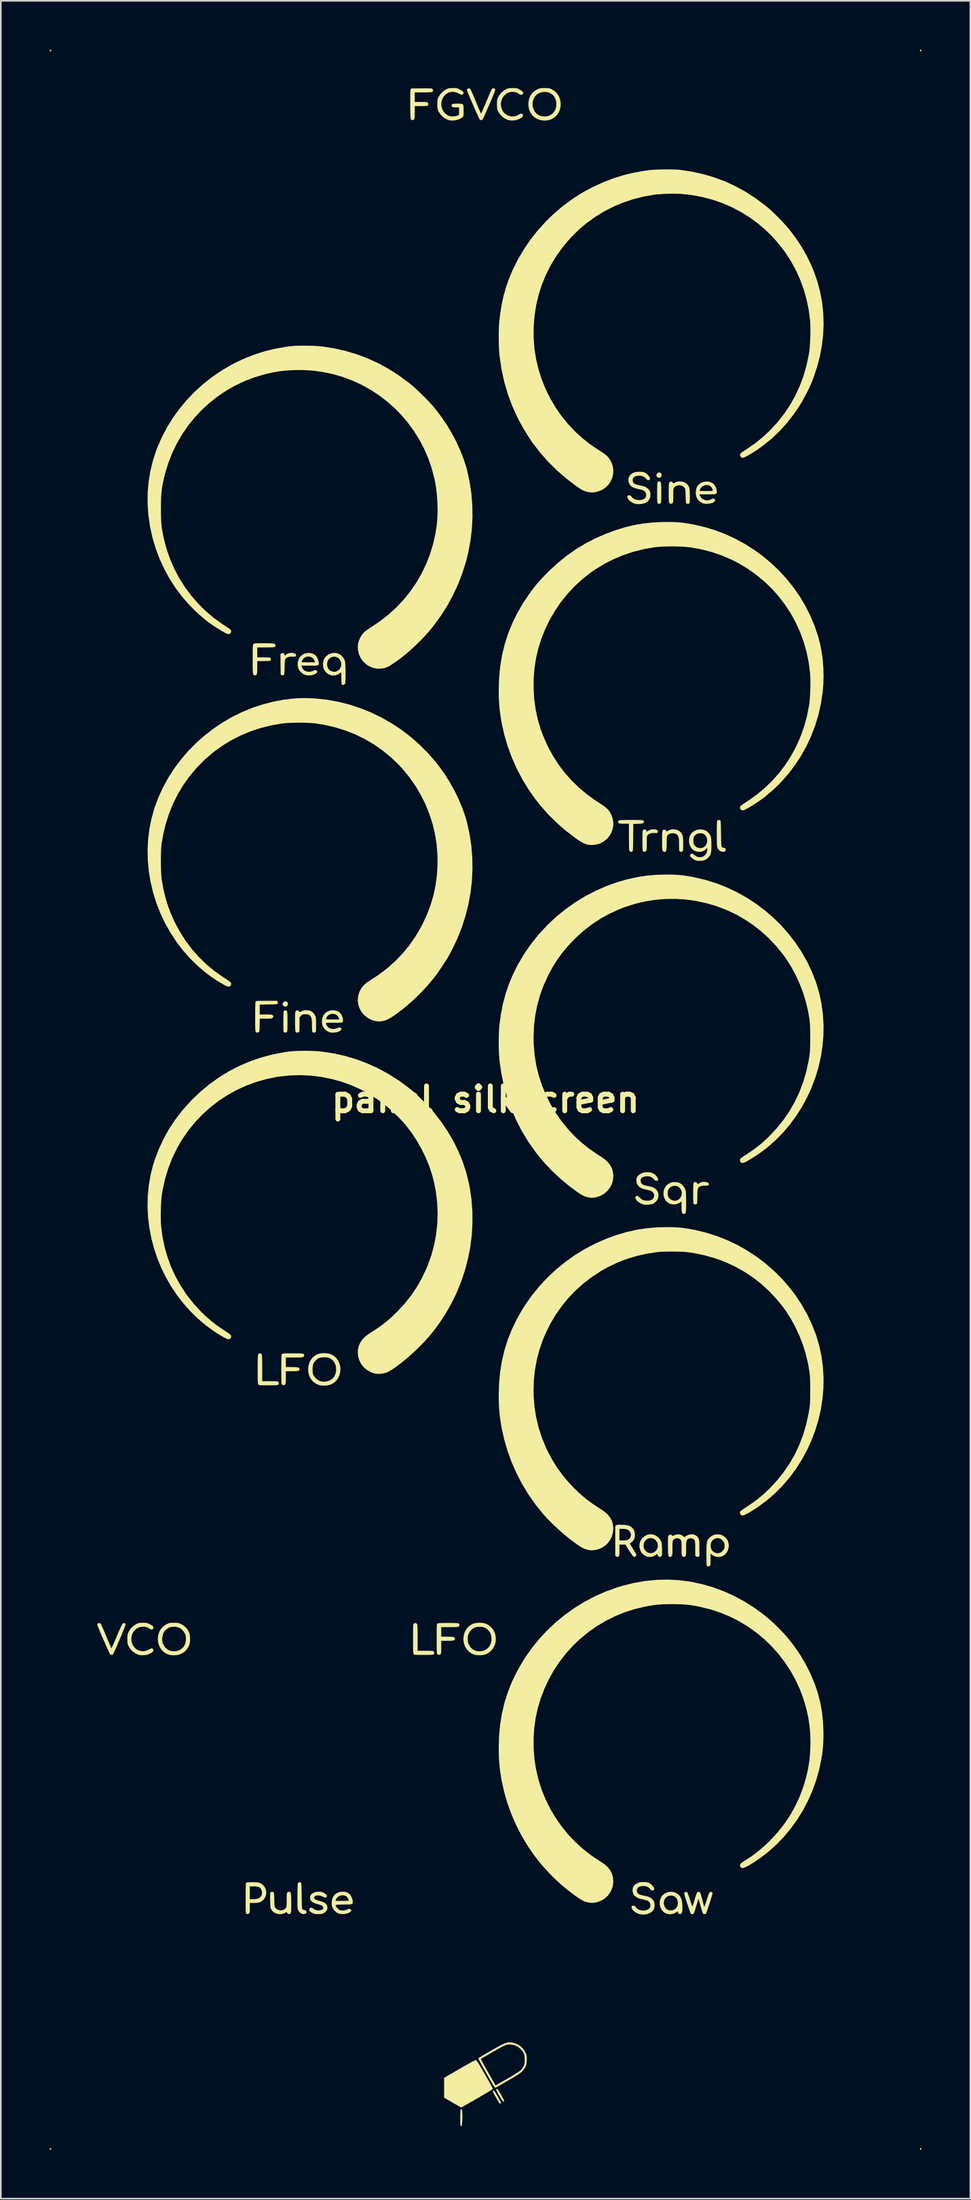
<source format=kicad_pcb>
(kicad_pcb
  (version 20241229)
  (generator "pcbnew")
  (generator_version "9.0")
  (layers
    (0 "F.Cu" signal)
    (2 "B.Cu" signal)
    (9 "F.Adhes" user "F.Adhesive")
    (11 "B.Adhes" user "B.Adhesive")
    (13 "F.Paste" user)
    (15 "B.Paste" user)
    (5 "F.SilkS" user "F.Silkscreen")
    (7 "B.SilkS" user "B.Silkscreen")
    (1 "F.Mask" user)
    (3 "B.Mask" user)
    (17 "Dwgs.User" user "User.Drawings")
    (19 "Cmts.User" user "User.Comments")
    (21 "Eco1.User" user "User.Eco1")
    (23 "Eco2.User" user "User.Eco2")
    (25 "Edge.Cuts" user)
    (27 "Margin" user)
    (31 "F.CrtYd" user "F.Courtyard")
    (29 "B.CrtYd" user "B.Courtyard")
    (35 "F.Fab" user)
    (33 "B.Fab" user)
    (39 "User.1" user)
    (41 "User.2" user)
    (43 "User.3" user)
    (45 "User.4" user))
  (footprint "panel silkscreen"
    (layer "F.Cu")
    (at 26.774 64.416)
    (property "Reference" "panel silkscreen" (at 0 0 0) (layer "F.SilkS") (effects (font (size 1.524 1.524) (thickness 0.3))))
    (attr board_only exclude_from_pos_files exclude_from_bom)
    (fp_poly (pts (xy -26.681 -64.398) (xy -26.673 -64.365) (xy -26.691 -64.323) (xy -26.723 -64.314) (xy -26.766 -64.332) (xy -26.774 -64.365) (xy -26.756 -64.408) (xy -26.723 -64.416)) (stroke (width 0) (type solid)) (fill yes) (layer "F.SilkS"))
    (fp_poly (pts (xy -26.681 64.358) (xy -26.673 64.391) (xy -26.691 64.433) (xy -26.723 64.442) (xy -26.766 64.424) (xy -26.774 64.391) (xy -26.756 64.348) (xy -26.723 64.34)) (stroke (width 0) (type solid)) (fill yes) (layer "F.SilkS"))
    (fp_poly (pts (xy 26.766 -64.398) (xy 26.774 -64.365) (xy 26.756 -64.323) (xy 26.723 -64.314) (xy 26.681 -64.332) (xy 26.673 -64.365) (xy 26.691 -64.408) (xy 26.723 -64.416)) (stroke (width 0) (type solid)) (fill yes) (layer "F.SilkS"))
    (fp_poly (pts (xy 26.766 64.358) (xy 26.774 64.391) (xy 26.756 64.433) (xy 26.723 64.442) (xy 26.681 64.424) (xy 26.673 64.391) (xy 26.691 64.348) (xy 26.723 64.34)) (stroke (width 0) (type solid)) (fill yes) (layer "F.SilkS"))
    (fp_poly (pts (xy -12.207 -6.003) (xy -12.157 -5.945) (xy -12.14 -5.869) (xy -12.161 -5.784) (xy -12.214 -5.726) (xy -12.287 -5.701) (xy -12.365 -5.714) (xy -12.42 -5.752) (xy -12.464 -5.821) (xy -12.46 -5.894) (xy -12.418 -5.965) (xy -12.351 -6.017) (xy -12.276 -6.028)) (stroke (width 0) (type solid)) (fill yes) (layer "F.SilkS"))
    (fp_poly (pts (xy 10.75 -38.453) (xy 10.8 -38.395) (xy 10.817 -38.319) (xy 10.796 -38.234) (xy 10.743 -38.176) (xy 10.67 -38.151) (xy 10.591 -38.164) (xy 10.537 -38.202) (xy 10.492 -38.271) (xy 10.497 -38.344) (xy 10.539 -38.415) (xy 10.606 -38.467) (xy 10.681 -38.478)) (stroke (width 0) (type solid)) (fill yes) (layer "F.SilkS"))
    (fp_poly (pts (xy 0.499 60.807) (xy 0.526 60.831) (xy 0.57 60.891) (xy 0.628 60.978) (xy 0.693 61.083) (xy 0.76 61.197) (xy 0.824 61.311) (xy 0.88 61.416) (xy 0.922 61.503) (xy 0.946 61.562) (xy 0.949 61.583) (xy 0.918 61.614) (xy 0.874 61.605) (xy 0.831 61.559) (xy 0.805 61.517) (xy 0.76 61.44) (xy 0.701 61.339) (xy 0.634 61.223) (xy 0.613 61.187) (xy 0.531 61.041) (xy 0.478 60.933) (xy 0.452 60.86) (xy 0.453 60.819) (xy 0.479 60.805)) (stroke (width 0) (type solid)) (fill yes) (layer "F.SilkS"))
    (fp_poly (pts (xy 0.717 60.707) (xy 0.742 60.733) (xy 0.785 60.795) (xy 0.841 60.883) (xy 0.904 60.988) (xy 0.969 61.1) (xy 1.032 61.211) (xy 1.085 61.311) (xy 1.124 61.39) (xy 1.144 61.439) (xy 1.145 61.447) (xy 1.124 61.483) (xy 1.099 61.489) (xy 1.071 61.474) (xy 1.029 61.425) (xy 0.971 61.339) (xy 0.894 61.213) (xy 0.84 61.119) (xy 0.756 60.969) (xy 0.698 60.858) (xy 0.664 60.781) (xy 0.652 60.736) (xy 0.656 60.721) (xy 0.7 60.704)) (stroke (width 0) (type solid)) (fill yes) (layer "F.SilkS"))
    (fp_poly (pts (xy -1.487 61.96) (xy -1.462 61.974) (xy -1.447 62.011) (xy -1.437 62.086) (xy -1.43 62.192) (xy -1.426 62.318) (xy -1.426 62.456) (xy -1.429 62.595) (xy -1.435 62.725) (xy -1.443 62.839) (xy -1.455 62.926) (xy -1.469 62.976) (xy -1.477 62.985) (xy -1.523 62.982) (xy -1.535 62.975) (xy -1.542 62.943) (xy -1.547 62.87) (xy -1.551 62.766) (xy -1.553 62.641) (xy -1.553 62.504) (xy -1.551 62.364) (xy -1.548 62.231) (xy -1.544 62.115) (xy -1.538 62.025) (xy -1.531 61.971) (xy -1.526 61.96)) (stroke (width 0) (type solid)) (fill yes) (layer "F.SilkS"))
    (fp_poly (pts (xy -12.264 -5.468) (xy -12.207 -5.442) (xy -12.192 -5.423) (xy -12.183 -5.381) (xy -12.176 -5.293) (xy -12.171 -5.164) (xy -12.167 -5) (xy -12.166 -4.805) (xy -12.166 -4.778) (xy -12.166 -4.587) (xy -12.167 -4.441) (xy -12.17 -4.333) (xy -12.174 -4.256) (xy -12.181 -4.204) (xy -12.19 -4.171) (xy -12.203 -4.149) (xy -12.212 -4.14) (xy -12.279 -4.102) (xy -12.35 -4.112) (xy -12.376 -4.125) (xy -12.389 -4.137) (xy -12.4 -4.158) (xy -12.408 -4.196) (xy -12.413 -4.255) (xy -12.417 -4.341) (xy -12.419 -4.462) (xy -12.42 -4.623) (xy -12.42 -4.781) (xy -12.419 -4.997) (xy -12.417 -5.166) (xy -12.412 -5.291) (xy -12.406 -5.377) (xy -12.397 -5.426) (xy -12.389 -5.441) (xy -12.333 -5.469)) (stroke (width 0) (type solid)) (fill yes) (layer "F.SilkS"))
    (fp_poly (pts (xy 10.695 -37.92) (xy 10.727 -37.909) (xy 10.751 -37.885) (xy 10.768 -37.841) (xy 10.779 -37.772) (xy 10.786 -37.672) (xy 10.79 -37.535) (xy 10.791 -37.357) (xy 10.791 -37.235) (xy 10.791 -37.039) (xy 10.789 -36.888) (xy 10.786 -36.776) (xy 10.781 -36.696) (xy 10.774 -36.642) (xy 10.765 -36.608) (xy 10.752 -36.588) (xy 10.751 -36.587) (xy 10.689 -36.554) (xy 10.617 -36.552) (xy 10.567 -36.578) (xy 10.557 -36.605) (xy 10.549 -36.666) (xy 10.543 -36.764) (xy 10.539 -36.903) (xy 10.537 -37.087) (xy 10.537 -37.235) (xy 10.537 -37.439) (xy 10.539 -37.599) (xy 10.543 -37.719) (xy 10.55 -37.805) (xy 10.561 -37.862) (xy 10.578 -37.897) (xy 10.601 -37.915) (xy 10.631 -37.921) (xy 10.654 -37.922)) (stroke (width 0) (type solid)) (fill yes) (layer "F.SilkS"))
    (fp_poly (pts (xy -11.87 -27.405) (xy -11.76 -27.384) (xy -11.681 -27.347) (xy -11.639 -27.297) (xy -11.64 -27.24) (xy -11.668 -27.199) (xy -11.706 -27.178) (xy -11.77 -27.171) (xy -11.868 -27.175) (xy -12.033 -27.174) (xy -12.162 -27.141) (xy -12.261 -27.074) (xy -12.27 -27.064) (xy -12.292 -27.039) (xy -12.308 -27.011) (xy -12.32 -26.972) (xy -12.328 -26.914) (xy -12.334 -26.829) (xy -12.339 -26.71) (xy -12.343 -26.548) (xy -12.344 -26.54) (xy -12.349 -26.376) (xy -12.354 -26.255) (xy -12.36 -26.17) (xy -12.368 -26.114) (xy -12.378 -26.079) (xy -12.393 -26.058) (xy -12.408 -26.047) (xy -12.458 -26.026) (xy -12.512 -26.04) (xy -12.522 -26.044) (xy -12.585 -26.076) (xy -12.592 -26.704) (xy -12.599 -27.333) (xy -12.541 -27.371) (xy -12.466 -27.398) (xy -12.401 -27.382) (xy -12.358 -27.328) (xy -12.352 -27.306) (xy -12.337 -27.233) (xy -12.265 -27.294) (xy -12.133 -27.372) (xy -11.977 -27.406)) (stroke (width 0) (type solid)) (fill yes) (layer "F.SilkS"))
    (fp_poly (pts (xy 14.414 -17.132) (xy 14.426 -17.121) (xy 14.436 -17.084) (xy 14.444 -16.997) (xy 14.45 -16.861) (xy 14.456 -16.678) (xy 14.46 -16.448) (xy 14.461 -16.308) (xy 14.464 -16.065) (xy 14.468 -15.87) (xy 14.473 -15.72) (xy 14.479 -15.61) (xy 14.487 -15.539) (xy 14.496 -15.502) (xy 14.499 -15.497) (xy 14.543 -15.473) (xy 14.613 -15.453) (xy 14.626 -15.451) (xy 14.697 -15.431) (xy 14.736 -15.391) (xy 14.748 -15.363) (xy 14.752 -15.292) (xy 14.717 -15.239) (xy 14.651 -15.206) (xy 14.563 -15.199) (xy 14.464 -15.221) (xy 14.443 -15.23) (xy 14.348 -15.29) (xy 14.276 -15.382) (xy 14.241 -15.455) (xy 14.229 -15.491) (xy 14.22 -15.54) (xy 14.213 -15.608) (xy 14.208 -15.701) (xy 14.205 -15.824) (xy 14.203 -15.984) (xy 14.202 -16.185) (xy 14.202 -16.321) (xy 14.202 -16.559) (xy 14.204 -16.751) (xy 14.207 -16.899) (xy 14.212 -17.006) (xy 14.219 -17.077) (xy 14.228 -17.116) (xy 14.232 -17.123) (xy 14.286 -17.149) (xy 14.355 -17.151)) (stroke (width 0) (type solid)) (fill yes) (layer "F.SilkS"))
    (fp_poly (pts (xy -11.354 48.04) (xy -11.33 48.059) (xy -11.321 48.096) (xy -11.313 48.183) (xy -11.306 48.319) (xy -11.301 48.502) (xy -11.297 48.732) (xy -11.295 48.872) (xy -11.292 49.115) (xy -11.288 49.31) (xy -11.283 49.46) (xy -11.277 49.57) (xy -11.269 49.641) (xy -11.26 49.678) (xy -11.257 49.683) (xy -11.213 49.707) (xy -11.144 49.726) (xy -11.13 49.729) (xy -11.059 49.749) (xy -11.021 49.789) (xy -11.009 49.817) (xy -10.996 49.874) (xy -11.018 49.915) (xy -11.043 49.937) (xy -11.132 49.978) (xy -11.236 49.978) (xy -11.342 49.936) (xy -11.354 49.928) (xy -11.419 49.869) (xy -11.48 49.789) (xy -11.497 49.757) (xy -11.514 49.723) (xy -11.527 49.689) (xy -11.537 49.648) (xy -11.544 49.595) (xy -11.549 49.523) (xy -11.552 49.426) (xy -11.554 49.297) (xy -11.555 49.131) (xy -11.555 48.922) (xy -11.555 48.884) (xy -11.554 48.649) (xy -11.551 48.45) (xy -11.547 48.289) (xy -11.541 48.17) (xy -11.534 48.097) (xy -11.528 48.075) (xy -11.484 48.038) (xy -11.417 48.026)) (stroke (width 0) (type solid)) (fill yes) (layer "F.SilkS"))
    (fp_poly (pts (xy -0.582 58.939) (xy -0.557 58.965) (xy -0.521 59.011) (xy -0.472 59.083) (xy -0.409 59.183) (xy -0.33 59.315) (xy -0.231 59.483) (xy -0.11 59.69) (xy -0.043 59.806) (xy 0.067 59.998) (xy 0.169 60.178) (xy 0.259 60.339) (xy 0.335 60.478) (xy 0.393 60.588) (xy 0.433 60.666) (xy 0.449 60.707) (xy 0.45 60.711) (xy 0.426 60.728) (xy 0.364 60.768) (xy 0.269 60.827) (xy 0.146 60.901) (xy 0.001 60.988) (xy -0.161 61.084) (xy -0.334 61.185) (xy -0.513 61.29) (xy -0.693 61.395) (xy -0.867 61.495) (xy -1.03 61.589) (xy -1.178 61.673) (xy -1.303 61.744) (xy -1.402 61.798) (xy -1.467 61.833) (xy -1.495 61.845) (xy -1.522 61.833) (xy -1.586 61.798) (xy -1.681 61.745) (xy -1.801 61.677) (xy -1.94 61.598) (xy -2.029 61.546) (xy -2.545 61.248) (xy -2.545 60.636) (xy -2.545 60.024) (xy -1.599 59.478) (xy -1.398 59.362) (xy -1.208 59.255) (xy -1.036 59.158) (xy -0.886 59.076) (xy -0.762 59.009) (xy -0.67 58.962) (xy -0.614 58.936) (xy -0.601 58.932)) (stroke (width 0) (type solid)) (fill yes) (layer "F.SilkS"))
    (fp_poly (pts (xy 10.457 -16.567) (xy 10.535 -16.532) (xy 10.58 -16.478) (xy 10.588 -16.44) (xy 10.569 -16.381) (xy 10.511 -16.351) (xy 10.412 -16.349) (xy 10.383 -16.352) (xy 10.234 -16.355) (xy 10.1 -16.325) (xy 9.994 -16.263) (xy 9.963 -16.232) (xy 9.94 -16.203) (xy 9.924 -16.173) (xy 9.912 -16.133) (xy 9.906 -16.076) (xy 9.902 -15.993) (xy 9.901 -15.875) (xy 9.9 -15.732) (xy 9.9 -15.567) (xy 9.896 -15.445) (xy 9.891 -15.359) (xy 9.881 -15.301) (xy 9.868 -15.263) (xy 9.861 -15.251) (xy 9.803 -15.205) (xy 9.734 -15.198) (xy 9.673 -15.23) (xy 9.668 -15.236) (xy 9.657 -15.261) (xy 9.648 -15.306) (xy 9.641 -15.379) (xy 9.637 -15.483) (xy 9.634 -15.626) (xy 9.633 -15.811) (xy 9.633 -15.899) (xy 9.633 -16.1) (xy 9.635 -16.257) (xy 9.638 -16.373) (xy 9.646 -16.457) (xy 9.658 -16.512) (xy 9.676 -16.545) (xy 9.702 -16.561) (xy 9.737 -16.567) (xy 9.78 -16.568) (xy 9.841 -16.553) (xy 9.875 -16.504) (xy 9.9 -16.439) (xy 10.021 -16.51) (xy 10.128 -16.557) (xy 10.243 -16.581) (xy 10.356 -16.585)) (stroke (width 0) (type solid)) (fill yes) (layer "F.SilkS"))
    (fp_poly (pts (xy 13.547 5.063) (xy 13.643 5.093) (xy 13.702 5.14) (xy 13.718 5.189) (xy 13.707 5.238) (xy 13.668 5.268) (xy 13.594 5.284) (xy 13.479 5.288) (xy 13.463 5.287) (xy 13.33 5.291) (xy 13.231 5.31) (xy 13.174 5.332) (xy 13.118 5.364) (xy 13.075 5.403) (xy 13.045 5.457) (xy 13.025 5.533) (xy 13.013 5.638) (xy 13.007 5.779) (xy 13.005 5.962) (xy 13.004 6.141) (xy 12.999 6.272) (xy 12.991 6.359) (xy 12.979 6.403) (xy 12.975 6.409) (xy 12.916 6.436) (xy 12.844 6.43) (xy 12.791 6.399) (xy 12.778 6.38) (xy 12.768 6.347) (xy 12.761 6.294) (xy 12.756 6.215) (xy 12.753 6.104) (xy 12.751 5.955) (xy 12.751 5.761) (xy 12.752 5.562) (xy 12.755 5.393) (xy 12.761 5.259) (xy 12.767 5.165) (xy 12.776 5.117) (xy 12.777 5.114) (xy 12.824 5.072) (xy 12.887 5.063) (xy 12.95 5.083) (xy 12.994 5.127) (xy 13.005 5.171) (xy 13.011 5.192) (xy 13.035 5.191) (xy 13.087 5.164) (xy 13.134 5.136) (xy 13.222 5.087) (xy 13.303 5.062) (xy 13.403 5.054) (xy 13.421 5.054)) (stroke (width 0) (type solid)) (fill yes) (layer "F.SilkS"))
    (fp_poly (pts (xy 9.154 -17.154) (xy 9.33 -17.152) (xy 9.465 -17.149) (xy 9.564 -17.144) (xy 9.635 -17.135) (xy 9.68 -17.122) (xy 9.706 -17.104) (xy 9.719 -17.08) (xy 9.722 -17.05) (xy 9.722 -17.037) (xy 9.715 -16.993) (xy 9.69 -16.962) (xy 9.639 -16.941) (xy 9.556 -16.929) (xy 9.431 -16.921) (xy 9.364 -16.919) (xy 9.073 -16.912) (xy 9.067 -16.085) (xy 9.065 -15.856) (xy 9.062 -15.672) (xy 9.06 -15.529) (xy 9.056 -15.421) (xy 9.051 -15.343) (xy 9.045 -15.29) (xy 9.037 -15.256) (xy 9.027 -15.235) (xy 9.017 -15.226) (xy 8.944 -15.196) (xy 8.875 -15.216) (xy 8.848 -15.241) (xy 8.836 -15.258) (xy 8.827 -15.286) (xy 8.82 -15.329) (xy 8.814 -15.392) (xy 8.811 -15.482) (xy 8.808 -15.603) (xy 8.807 -15.761) (xy 8.806 -15.962) (xy 8.806 -16.106) (xy 8.806 -16.925) (xy 8.506 -16.925) (xy 8.362 -16.927) (xy 8.262 -16.934) (xy 8.197 -16.948) (xy 8.161 -16.972) (xy 8.146 -17.009) (xy 8.144 -17.039) (xy 8.146 -17.071) (xy 8.155 -17.097) (xy 8.175 -17.117) (xy 8.214 -17.131) (xy 8.275 -17.141) (xy 8.364 -17.148) (xy 8.486 -17.152) (xy 8.647 -17.153) (xy 8.852 -17.154) (xy 8.933 -17.154)) (stroke (width 0) (type solid)) (fill yes) (layer "F.SilkS"))
    (fp_poly (pts (xy -13.821 15.578) (xy -13.791 15.588) (xy -13.768 15.61) (xy -13.75 15.65) (xy -13.737 15.712) (xy -13.728 15.802) (xy -13.723 15.923) (xy -13.72 16.082) (xy -13.718 16.283) (xy -13.718 16.485) (xy -13.718 17.281) (xy -13.24 17.281) (xy -13.061 17.282) (xy -12.926 17.285) (xy -12.83 17.291) (xy -12.766 17.303) (xy -12.727 17.321) (xy -12.708 17.347) (xy -12.701 17.383) (xy -12.7 17.408) (xy -12.702 17.448) (xy -12.711 17.478) (xy -12.734 17.5) (xy -12.777 17.516) (xy -12.844 17.526) (xy -12.943 17.532) (xy -13.078 17.535) (xy -13.256 17.536) (xy -13.34 17.536) (xy -13.526 17.536) (xy -13.668 17.535) (xy -13.772 17.533) (xy -13.845 17.529) (xy -13.893 17.522) (xy -13.923 17.512) (xy -13.942 17.499) (xy -13.957 17.482) (xy -13.958 17.479) (xy -13.969 17.458) (xy -13.978 17.424) (xy -13.985 17.373) (xy -13.99 17.3) (xy -13.994 17.199) (xy -13.996 17.065) (xy -13.997 16.894) (xy -13.998 16.679) (xy -13.998 16.556) (xy -13.998 16.307) (xy -13.996 16.104) (xy -13.994 15.942) (xy -13.988 15.818) (xy -13.98 15.725) (xy -13.968 15.659) (xy -13.952 15.617) (xy -13.931 15.592) (xy -13.904 15.58) (xy -13.87 15.576) (xy -13.858 15.576)) (stroke (width 0) (type solid)) (fill yes) (layer "F.SilkS"))
    (fp_poly (pts (xy -4.265 32.131) (xy -4.214 32.176) (xy -4.202 32.198) (xy -4.193 32.233) (xy -4.186 32.285) (xy -4.181 32.362) (xy -4.178 32.466) (xy -4.175 32.605) (xy -4.174 32.784) (xy -4.174 33.007) (xy -4.174 33.028) (xy -4.174 33.824) (xy -3.695 33.824) (xy -3.517 33.825) (xy -3.382 33.828) (xy -3.286 33.834) (xy -3.222 33.846) (xy -3.183 33.864) (xy -3.163 33.89) (xy -3.157 33.927) (xy -3.156 33.952) (xy -3.158 33.991) (xy -3.167 34.021) (xy -3.19 34.043) (xy -3.233 34.059) (xy -3.301 34.069) (xy -3.399 34.075) (xy -3.535 34.078) (xy -3.714 34.079) (xy -3.793 34.079) (xy -3.981 34.078) (xy -4.123 34.077) (xy -4.229 34.075) (xy -4.303 34.07) (xy -4.352 34.063) (xy -4.384 34.053) (xy -4.404 34.04) (xy -4.412 34.032) (xy -4.423 34.015) (xy -4.432 33.989) (xy -4.439 33.947) (xy -4.445 33.886) (xy -4.449 33.8) (xy -4.451 33.683) (xy -4.453 33.531) (xy -4.454 33.339) (xy -4.454 33.101) (xy -4.454 33.094) (xy -4.454 32.857) (xy -4.453 32.665) (xy -4.452 32.514) (xy -4.449 32.398) (xy -4.446 32.313) (xy -4.441 32.252) (xy -4.434 32.211) (xy -4.425 32.185) (xy -4.414 32.168) (xy -4.407 32.161) (xy -4.336 32.123)) (stroke (width 0) (type solid)) (fill yes) (layer "F.SilkS"))
    (fp_poly (pts (xy 11.482 48.617) (xy 11.648 48.661) (xy 11.8 48.746) (xy 11.878 48.815) (xy 11.958 48.915) (xy 12.017 49.032) (xy 12.057 49.174) (xy 12.08 49.349) (xy 12.089 49.565) (xy 12.089 49.596) (xy 12.085 49.754) (xy 12.069 49.867) (xy 12.041 49.94) (xy 11.997 49.976) (xy 11.934 49.982) (xy 11.897 49.975) (xy 11.842 49.942) (xy 11.818 49.882) (xy 11.804 49.831) (xy 11.784 49.822) (xy 11.749 49.845) (xy 11.584 49.939) (xy 11.416 49.986) (xy 11.237 49.985) (xy 11.215 49.982) (xy 11.061 49.936) (xy 10.931 49.85) (xy 10.826 49.734) (xy 10.75 49.595) (xy 10.704 49.44) (xy 10.694 49.3) (xy 10.944 49.3) (xy 10.967 49.446) (xy 11.027 49.576) (xy 11.12 49.678) (xy 11.224 49.738) (xy 11.319 49.756) (xy 11.433 49.753) (xy 11.54 49.73) (xy 11.606 49.699) (xy 11.722 49.593) (xy 11.793 49.465) (xy 11.817 49.317) (xy 11.797 49.166) (xy 11.742 49.033) (xy 11.659 48.936) (xy 11.557 48.873) (xy 11.442 48.844) (xy 11.324 48.846) (xy 11.209 48.879) (xy 11.106 48.941) (xy 11.023 49.031) (xy 10.966 49.149) (xy 10.944 49.291) (xy 10.944 49.3) (xy 10.694 49.3) (xy 10.692 49.278) (xy 10.715 49.115) (xy 10.777 48.96) (xy 10.854 48.848) (xy 10.987 48.73) (xy 11.141 48.652) (xy 11.31 48.614)) (stroke (width 0) (type solid)) (fill yes) (layer "F.SilkS"))
    (fp_poly (pts (xy -12.771 -5.992) (xy -12.754 -5.924) (xy -12.768 -5.884) (xy -12.782 -5.869) (xy -12.809 -5.858) (xy -12.855 -5.85) (xy -12.927 -5.844) (xy -13.031 -5.84) (xy -13.173 -5.836) (xy -13.333 -5.834) (xy -13.871 -5.827) (xy -13.871 -5.217) (xy -13.493 -5.217) (xy -13.344 -5.217) (xy -13.238 -5.214) (xy -13.166 -5.209) (xy -13.119 -5.2) (xy -13.09 -5.186) (xy -13.073 -5.171) (xy -13.036 -5.113) (xy -13.044 -5.061) (xy -13.082 -5.014) (xy -13.106 -4.994) (xy -13.138 -4.98) (xy -13.186 -4.971) (xy -13.26 -4.966) (xy -13.368 -4.963) (xy -13.5 -4.963) (xy -13.867 -4.963) (xy -13.875 -4.566) (xy -13.879 -4.414) (xy -13.883 -4.305) (xy -13.89 -4.231) (xy -13.899 -4.183) (xy -13.912 -4.154) (xy -13.931 -4.135) (xy -13.933 -4.134) (xy -14.009 -4.1) (xy -14.077 -4.117) (xy -14.109 -4.144) (xy -14.12 -4.161) (xy -14.129 -4.188) (xy -14.136 -4.229) (xy -14.142 -4.291) (xy -14.146 -4.377) (xy -14.148 -4.494) (xy -14.15 -4.647) (xy -14.15 -4.84) (xy -14.151 -5.075) (xy -14.15 -5.335) (xy -14.148 -5.556) (xy -14.144 -5.736) (xy -14.139 -5.873) (xy -14.132 -5.964) (xy -14.125 -6.007) (xy -14.124 -6.008) (xy -14.114 -6.023) (xy -14.096 -6.035) (xy -14.066 -6.043) (xy -14.017 -6.05) (xy -13.942 -6.054) (xy -13.837 -6.056) (xy -13.694 -6.057) (xy -13.508 -6.057) (xy -13.449 -6.057) (xy -12.801 -6.057)) (stroke (width 0) (type solid)) (fill yes) (layer "F.SilkS"))
    (fp_poly (pts (xy -3.538 -62.044) (xy -3.409 -62.04) (xy -3.323 -62.034) (xy -3.276 -62.026) (xy -3.267 -62.021) (xy -3.242 -61.976) (xy -3.232 -61.918) (xy -3.246 -61.856) (xy -3.294 -61.821) (xy -3.298 -61.82) (xy -3.343 -61.812) (xy -3.43 -61.805) (xy -3.549 -61.8) (xy -3.693 -61.796) (xy -3.85 -61.795) (xy -3.857 -61.795) (xy -4.352 -61.795) (xy -4.352 -61.209) (xy -3.972 -61.209) (xy -3.819 -61.209) (xy -3.709 -61.205) (xy -3.634 -61.199) (xy -3.586 -61.189) (xy -3.558 -61.174) (xy -3.552 -61.169) (xy -3.518 -61.108) (xy -3.518 -61.041) (xy -3.55 -60.989) (xy -3.561 -60.981) (xy -3.604 -60.972) (xy -3.688 -60.964) (xy -3.802 -60.958) (xy -3.936 -60.955) (xy -3.981 -60.955) (xy -4.352 -60.955) (xy -4.352 -60.564) (xy -4.353 -60.413) (xy -4.355 -60.304) (xy -4.36 -60.23) (xy -4.369 -60.181) (xy -4.382 -60.151) (xy -4.399 -60.132) (xy -4.466 -60.093) (xy -4.535 -60.104) (xy -4.57 -60.126) (xy -4.583 -60.138) (xy -4.594 -60.155) (xy -4.602 -60.184) (xy -4.609 -60.229) (xy -4.614 -60.296) (xy -4.618 -60.389) (xy -4.621 -60.514) (xy -4.623 -60.676) (xy -4.625 -60.881) (xy -4.626 -61.036) (xy -4.627 -61.286) (xy -4.627 -61.49) (xy -4.626 -61.652) (xy -4.623 -61.776) (xy -4.618 -61.866) (xy -4.612 -61.928) (xy -4.603 -61.965) (xy -4.6 -61.973) (xy -4.567 -62.037) (xy -3.935 -62.043) (xy -3.712 -62.045)) (stroke (width 0) (type solid)) (fill yes) (layer "F.SilkS"))
    (fp_poly (pts (xy -23.646 32.155) (xy -23.627 32.187) (xy -23.591 32.26) (xy -23.541 32.369) (xy -23.48 32.506) (xy -23.411 32.666) (xy -23.337 32.844) (xy -23.3 32.931) (xy -23.225 33.113) (xy -23.155 33.278) (xy -23.094 33.421) (xy -23.044 33.537) (xy -23.006 33.62) (xy -22.984 33.665) (xy -22.98 33.671) (xy -22.967 33.649) (xy -22.936 33.585) (xy -22.891 33.485) (xy -22.833 33.355) (xy -22.765 33.2) (xy -22.69 33.025) (xy -22.641 32.909) (xy -22.543 32.68) (xy -22.462 32.496) (xy -22.397 32.353) (xy -22.345 32.248) (xy -22.307 32.178) (xy -22.28 32.14) (xy -22.268 32.131) (xy -22.193 32.126) (xy -22.131 32.155) (xy -22.104 32.194) (xy -22.112 32.225) (xy -22.136 32.297) (xy -22.177 32.402) (xy -22.229 32.535) (xy -22.292 32.69) (xy -22.362 32.86) (xy -22.437 33.04) (xy -22.514 33.222) (xy -22.591 33.4) (xy -22.664 33.569) (xy -22.731 33.722) (xy -22.79 33.853) (xy -22.838 33.955) (xy -22.872 34.023) (xy -22.886 34.047) (xy -22.938 34.075) (xy -23.004 34.071) (xy -23.061 34.037) (xy -23.063 34.034) (xy -23.084 33.999) (xy -23.121 33.924) (xy -23.171 33.816) (xy -23.233 33.68) (xy -23.303 33.524) (xy -23.378 33.353) (xy -23.457 33.175) (xy -23.535 32.994) (xy -23.61 32.819) (xy -23.679 32.655) (xy -23.74 32.509) (xy -23.79 32.387) (xy -23.826 32.295) (xy -23.845 32.241) (xy -23.847 32.23) (xy -23.827 32.164) (xy -23.776 32.126) (xy -23.71 32.122)) (stroke (width 0) (type solid)) (fill yes) (layer "F.SilkS"))
    (fp_poly (pts (xy 3.757 -62.061) (xy 3.85 -62.055) (xy 3.922 -62.043) (xy 3.987 -62.022) (xy 4.051 -61.994) (xy 4.237 -61.881) (xy 4.389 -61.732) (xy 4.504 -61.554) (xy 4.58 -61.352) (xy 4.613 -61.132) (xy 4.603 -60.906) (xy 4.55 -60.691) (xy 4.457 -60.503) (xy 4.328 -60.344) (xy 4.169 -60.218) (xy 3.986 -60.127) (xy 3.783 -60.076) (xy 3.566 -60.067) (xy 3.339 -60.104) (xy 3.335 -60.105) (xy 3.148 -60.175) (xy 2.987 -60.28) (xy 2.868 -60.396) (xy 2.751 -60.562) (xy 2.672 -60.754) (xy 2.632 -60.963) (xy 2.631 -61.154) (xy 2.886 -61.154) (xy 2.888 -60.992) (xy 2.927 -60.825) (xy 2.995 -60.667) (xy 3.088 -60.532) (xy 3.18 -60.447) (xy 3.328 -60.37) (xy 3.498 -60.327) (xy 3.677 -60.319) (xy 3.847 -60.347) (xy 3.932 -60.379) (xy 4.094 -60.48) (xy 4.217 -60.614) (xy 4.301 -60.778) (xy 4.343 -60.967) (xy 4.347 -61.13) (xy 4.313 -61.331) (xy 4.241 -61.503) (xy 4.133 -61.642) (xy 3.992 -61.744) (xy 3.823 -61.807) (xy 3.631 -61.828) (xy 3.431 -61.805) (xy 3.257 -61.739) (xy 3.111 -61.634) (xy 2.998 -61.492) (xy 2.92 -61.317) (xy 2.886 -61.154) (xy 2.631 -61.154) (xy 2.631 -61.18) (xy 2.671 -61.394) (xy 2.746 -61.586) (xy 2.841 -61.724) (xy 2.973 -61.852) (xy 3.13 -61.958) (xy 3.177 -61.982) (xy 3.257 -62.018) (xy 3.323 -62.041) (xy 3.391 -62.054) (xy 3.476 -62.06) (xy 3.594 -62.062) (xy 3.627 -62.062)) (stroke (width 0) (type solid)) (fill yes) (layer "F.SilkS"))
    (fp_poly (pts (xy -11.633 15.576) (xy -11.473 15.578) (xy -11.353 15.582) (xy -11.266 15.589) (xy -11.208 15.6) (xy -11.173 15.617) (xy -11.155 15.64) (xy -11.148 15.669) (xy -11.147 15.694) (xy -11.15 15.737) (xy -11.163 15.77) (xy -11.192 15.794) (xy -11.242 15.811) (xy -11.321 15.822) (xy -11.433 15.828) (xy -11.585 15.83) (xy -11.747 15.83) (xy -12.267 15.83) (xy -12.267 16.416) (xy -11.904 16.416) (xy -11.733 16.418) (xy -11.606 16.426) (xy -11.518 16.441) (xy -11.463 16.466) (xy -11.435 16.5) (xy -11.427 16.543) (xy -11.433 16.588) (xy -11.453 16.622) (xy -11.495 16.645) (xy -11.566 16.66) (xy -11.671 16.667) (xy -11.818 16.67) (xy -11.887 16.67) (xy -12.267 16.67) (xy -12.267 17.061) (xy -12.268 17.212) (xy -12.27 17.321) (xy -12.275 17.396) (xy -12.284 17.444) (xy -12.297 17.474) (xy -12.314 17.494) (xy -12.385 17.531) (xy -12.456 17.523) (xy -12.508 17.479) (xy -12.519 17.458) (xy -12.527 17.424) (xy -12.534 17.373) (xy -12.539 17.3) (xy -12.543 17.199) (xy -12.545 17.065) (xy -12.547 16.894) (xy -12.547 16.679) (xy -12.547 16.556) (xy -12.547 16.318) (xy -12.546 16.126) (xy -12.544 15.974) (xy -12.541 15.857) (xy -12.537 15.771) (xy -12.531 15.71) (xy -12.523 15.669) (xy -12.513 15.642) (xy -12.508 15.633) (xy -12.494 15.615) (xy -12.477 15.602) (xy -12.449 15.592) (xy -12.406 15.585) (xy -12.34 15.58) (xy -12.245 15.578) (xy -12.114 15.576) (xy -11.943 15.576) (xy -11.838 15.576)) (stroke (width 0) (type solid)) (fill yes) (layer "F.SilkS"))
    (fp_poly (pts (xy 1.792 -62.06) (xy 1.881 -62.054) (xy 1.948 -62.039) (xy 2.009 -62.016) (xy 2.036 -62.002) (xy 2.174 -61.922) (xy 2.264 -61.851) (xy 2.308 -61.788) (xy 2.308 -61.729) (xy 2.276 -61.682) (xy 2.218 -61.647) (xy 2.148 -61.653) (xy 2.059 -61.699) (xy 2.034 -61.717) (xy 1.886 -61.794) (xy 1.717 -61.83) (xy 1.541 -61.823) (xy 1.53 -61.821) (xy 1.386 -61.779) (xy 1.263 -61.709) (xy 1.145 -61.6) (xy 1.122 -61.575) (xy 1.021 -61.425) (xy 0.961 -61.257) (xy 0.941 -61.082) (xy 0.959 -60.906) (xy 1.013 -60.739) (xy 1.102 -60.589) (xy 1.224 -60.463) (xy 1.377 -60.371) (xy 1.379 -60.37) (xy 1.544 -60.325) (xy 1.72 -60.322) (xy 1.891 -60.359) (xy 2.012 -60.417) (xy 2.127 -60.477) (xy 2.213 -60.495) (xy 2.269 -60.472) (xy 2.288 -60.44) (xy 2.3 -60.371) (xy 2.278 -60.312) (xy 2.214 -60.252) (xy 2.167 -60.22) (xy 1.973 -60.126) (xy 1.764 -60.076) (xy 1.551 -60.072) (xy 1.398 -60.099) (xy 1.211 -60.175) (xy 1.039 -60.293) (xy 0.891 -60.446) (xy 0.777 -60.626) (xy 0.768 -60.645) (xy 0.737 -60.716) (xy 0.717 -60.781) (xy 0.706 -60.854) (xy 0.701 -60.95) (xy 0.7 -61.069) (xy 0.701 -61.199) (xy 0.707 -61.292) (xy 0.718 -61.364) (xy 0.739 -61.429) (xy 0.769 -61.496) (xy 0.87 -61.664) (xy 1.005 -61.815) (xy 1.16 -61.937) (xy 1.254 -61.989) (xy 1.335 -62.024) (xy 1.406 -62.045) (xy 1.483 -62.057) (xy 1.584 -62.061) (xy 1.667 -62.062)) (stroke (width 0) (type solid)) (fill yes) (layer "F.SilkS"))
    (fp_poly (pts (xy -14.171 48.027) (xy -14.064 48.03) (xy -13.986 48.038) (xy -13.925 48.05) (xy -13.87 48.069) (xy -13.831 48.086) (xy -13.688 48.178) (xy -13.58 48.3) (xy -13.508 48.443) (xy -13.473 48.599) (xy -13.477 48.759) (xy -13.519 48.914) (xy -13.602 49.057) (xy -13.692 49.152) (xy -13.778 49.215) (xy -13.871 49.258) (xy -13.982 49.284) (xy -14.123 49.296) (xy -14.236 49.298) (xy -14.482 49.298) (xy -14.482 49.6) (xy -14.483 49.732) (xy -14.486 49.822) (xy -14.494 49.882) (xy -14.508 49.919) (xy -14.528 49.943) (xy -14.528 49.943) (xy -14.595 49.981) (xy -14.667 49.971) (xy -14.692 49.958) (xy -14.703 49.948) (xy -14.713 49.93) (xy -14.72 49.899) (xy -14.726 49.849) (xy -14.73 49.777) (xy -14.733 49.676) (xy -14.735 49.543) (xy -14.736 49.371) (xy -14.736 49.156) (xy -14.736 49.01) (xy -14.736 48.749) (xy -14.734 48.535) (xy -14.731 48.366) (xy -14.729 48.28) (xy -14.482 48.28) (xy -14.482 49.069) (xy -14.31 49.069) (xy -14.199 49.064) (xy -14.09 49.053) (xy -14.023 49.042) (xy -13.896 48.99) (xy -13.802 48.905) (xy -13.745 48.794) (xy -13.728 48.666) (xy -13.754 48.526) (xy -13.786 48.451) (xy -13.836 48.378) (xy -13.906 48.327) (xy -14.003 48.297) (xy -14.136 48.283) (xy -14.233 48.28) (xy -14.482 48.28) (xy -14.729 48.28) (xy -14.728 48.237) (xy -14.722 48.145) (xy -14.716 48.087) (xy -14.707 48.058) (xy -14.706 48.056) (xy -14.667 48.042) (xy -14.585 48.033) (xy -14.455 48.027) (xy -14.317 48.026)) (stroke (width 0) (type solid)) (fill yes) (layer "F.SilkS"))
    (fp_poly (pts (xy -10.695 -27.383) (xy -10.547 -27.327) (xy -10.424 -27.236) (xy -10.417 -27.228) (xy -10.353 -27.137) (xy -10.297 -27.014) (xy -10.257 -26.881) (xy -10.246 -26.822) (xy -10.238 -26.758) (xy -10.24 -26.71) (xy -10.256 -26.674) (xy -10.294 -26.65) (xy -10.358 -26.635) (xy -10.454 -26.626) (xy -10.588 -26.622) (xy -10.767 -26.622) (xy -10.808 -26.622) (xy -11.306 -26.622) (xy -11.289 -26.553) (xy -11.233 -26.433) (xy -11.135 -26.335) (xy -11.063 -26.293) (xy -10.912 -26.247) (xy -10.755 -26.251) (xy -10.59 -26.304) (xy -10.511 -26.339) (xy -10.462 -26.353) (xy -10.426 -26.347) (xy -10.393 -26.329) (xy -10.343 -26.277) (xy -10.342 -26.221) (xy -10.391 -26.162) (xy -10.489 -26.101) (xy -10.535 -26.08) (xy -10.699 -26.031) (xy -10.877 -26.019) (xy -11.049 -26.044) (xy -11.092 -26.058) (xy -11.229 -26.128) (xy -11.353 -26.231) (xy -11.452 -26.354) (xy -11.497 -26.442) (xy -11.538 -26.61) (xy -11.539 -26.785) (xy -11.524 -26.854) (xy -11.3 -26.854) (xy -11.28 -26.842) (xy -11.216 -26.833) (xy -11.108 -26.828) (xy -10.952 -26.825) (xy -10.89 -26.825) (xy -10.48 -26.825) (xy -10.497 -26.895) (xy -10.551 -27.015) (xy -10.638 -27.106) (xy -10.75 -27.164) (xy -10.878 -27.185) (xy -11.01 -27.165) (xy -11.096 -27.128) (xy -11.163 -27.076) (xy -11.227 -27.003) (xy -11.277 -26.926) (xy -11.3 -26.861) (xy -11.3 -26.854) (xy -11.524 -26.854) (xy -11.502 -26.956) (xy -11.431 -27.111) (xy -11.328 -27.237) (xy -11.316 -27.247) (xy -11.178 -27.336) (xy -11.022 -27.388) (xy -10.857 -27.404)) (stroke (width 0) (type solid)) (fill yes) (layer "F.SilkS"))
    (fp_poly (pts (xy -2.106 32.12) (xy -1.935 32.123) (xy -1.8 32.129) (xy -1.706 32.135) (xy -1.656 32.144) (xy -1.653 32.145) (xy -1.613 32.192) (xy -1.606 32.257) (xy -1.633 32.321) (xy -1.643 32.334) (xy -1.664 32.347) (xy -1.699 32.358) (xy -1.756 32.365) (xy -1.84 32.37) (xy -1.959 32.372) (xy -2.119 32.373) (xy -2.203 32.374) (xy -2.723 32.374) (xy -2.723 32.959) (xy -2.36 32.959) (xy -2.188 32.961) (xy -2.062 32.969) (xy -1.974 32.985) (xy -1.919 33.009) (xy -1.891 33.043) (xy -1.883 33.086) (xy -1.889 33.132) (xy -1.909 33.165) (xy -1.951 33.188) (xy -2.022 33.203) (xy -2.127 33.21) (xy -2.274 33.213) (xy -2.343 33.213) (xy -2.723 33.213) (xy -2.723 33.604) (xy -2.724 33.755) (xy -2.726 33.864) (xy -2.731 33.939) (xy -2.74 33.987) (xy -2.753 34.017) (xy -2.77 34.037) (xy -2.843 34.075) (xy -2.916 34.066) (xy -2.961 34.032) (xy -2.972 34.015) (xy -2.981 33.989) (xy -2.989 33.947) (xy -2.994 33.886) (xy -2.998 33.8) (xy -3.001 33.683) (xy -3.002 33.531) (xy -3.003 33.339) (xy -3.003 33.101) (xy -3.003 33.094) (xy -3.003 32.857) (xy -3.002 32.665) (xy -3.001 32.514) (xy -2.999 32.398) (xy -2.995 32.313) (xy -2.99 32.252) (xy -2.983 32.211) (xy -2.974 32.185) (xy -2.963 32.168) (xy -2.957 32.161) (xy -2.936 32.148) (xy -2.905 32.137) (xy -2.855 32.13) (xy -2.782 32.125) (xy -2.678 32.121) (xy -2.537 32.12) (xy -2.354 32.119) (xy -2.306 32.119)) (stroke (width 0) (type solid)) (fill yes) (layer "F.SilkS"))
    (fp_poly (pts (xy 10.31 26.697) (xy 10.47 26.765) (xy 10.613 26.871) (xy 10.727 27.008) (xy 10.759 27.064) (xy 10.786 27.118) (xy 10.805 27.169) (xy 10.818 27.228) (xy 10.826 27.305) (xy 10.832 27.411) (xy 10.837 27.556) (xy 10.837 27.58) (xy 10.841 27.728) (xy 10.842 27.835) (xy 10.839 27.907) (xy 10.832 27.955) (xy 10.82 27.987) (xy 10.802 28.011) (xy 10.794 28.019) (xy 10.743 28.058) (xy 10.702 28.072) (xy 10.648 28.051) (xy 10.597 28.001) (xy 10.565 27.941) (xy 10.562 27.918) (xy 10.559 27.89) (xy 10.542 27.887) (xy 10.502 27.913) (xy 10.467 27.941) (xy 10.314 28.03) (xy 10.151 28.07) (xy 9.982 28.061) (xy 9.837 28.013) (xy 9.686 27.916) (xy 9.569 27.786) (xy 9.49 27.631) (xy 9.451 27.458) (xy 9.455 27.304) (xy 9.707 27.304) (xy 9.707 27.456) (xy 9.751 27.594) (xy 9.836 27.709) (xy 9.955 27.792) (xy 9.962 27.795) (xy 10.088 27.836) (xy 10.205 27.833) (xy 10.33 27.788) (xy 10.334 27.786) (xy 10.45 27.701) (xy 10.531 27.589) (xy 10.575 27.459) (xy 10.58 27.321) (xy 10.545 27.187) (xy 10.468 27.065) (xy 10.447 27.042) (xy 10.33 26.956) (xy 10.203 26.915) (xy 10.074 26.915) (xy 9.953 26.953) (xy 9.846 27.028) (xy 9.764 27.135) (xy 9.713 27.272) (xy 9.707 27.304) (xy 9.455 27.304) (xy 9.456 27.275) (xy 9.479 27.17) (xy 9.549 27.016) (xy 9.658 26.882) (xy 9.797 26.775) (xy 9.954 26.703) (xy 10.121 26.673) (xy 10.142 26.673)) (stroke (width 0) (type solid)) (fill yes) (layer "F.SilkS"))
    (fp_poly (pts (xy -10.118 48.617) (xy -9.991 48.651) (xy -9.883 48.704) (xy -9.802 48.769) (xy -9.757 48.841) (xy -9.752 48.895) (xy -9.78 48.946) (xy -9.839 48.963) (xy -9.923 48.947) (xy -10.008 48.908) (xy -10.12 48.859) (xy -10.241 48.836) (xy -10.355 48.837) (xy -10.448 48.864) (xy -10.486 48.891) (xy -10.531 48.956) (xy -10.53 49.015) (xy -10.48 49.069) (xy -10.382 49.118) (xy -10.234 49.164) (xy -10.217 49.169) (xy -10.052 49.215) (xy -9.93 49.264) (xy -9.842 49.318) (xy -9.779 49.384) (xy -9.747 49.44) (xy -9.712 49.565) (xy -9.724 49.686) (xy -9.782 49.797) (xy -9.881 49.89) (xy -9.964 49.937) (xy -10.05 49.963) (xy -10.168 49.979) (xy -10.297 49.984) (xy -10.419 49.979) (xy -10.511 49.962) (xy -10.595 49.93) (xy -10.685 49.885) (xy -10.764 49.838) (xy -10.813 49.799) (xy -10.815 49.797) (xy -10.836 49.736) (xy -10.821 49.668) (xy -10.775 49.612) (xy -10.753 49.599) (xy -10.699 49.585) (xy -10.647 49.604) (xy -10.624 49.619) (xy -10.508 49.695) (xy -10.407 49.738) (xy -10.305 49.755) (xy -10.262 49.756) (xy -10.15 49.746) (xy -10.058 49.718) (xy -9.995 49.678) (xy -9.974 49.635) (xy -9.977 49.562) (xy -10.002 49.506) (xy -10.056 49.461) (xy -10.145 49.421) (xy -10.276 49.383) (xy -10.314 49.373) (xy -10.497 49.316) (xy -10.633 49.247) (xy -10.723 49.163) (xy -10.765 49.084) (xy -10.783 48.96) (xy -10.756 48.847) (xy -10.687 48.751) (xy -10.581 48.676) (xy -10.444 48.626) (xy -10.279 48.605) (xy -10.256 48.604)) (stroke (width 0) (type solid)) (fill yes) (layer "F.SilkS"))
    (fp_poly (pts (xy 13.753 -37.904) (xy 13.899 -37.85) (xy 14.02 -37.756) (xy 14.05 -37.722) (xy 14.119 -37.611) (xy 14.172 -37.474) (xy 14.2 -37.337) (xy 14.202 -37.295) (xy 14.199 -37.243) (xy 14.189 -37.203) (xy 14.163 -37.174) (xy 14.116 -37.155) (xy 14.043 -37.143) (xy 13.936 -37.136) (xy 13.79 -37.133) (xy 13.627 -37.133) (xy 13.132 -37.133) (xy 13.171 -37.037) (xy 13.243 -36.922) (xy 13.348 -36.836) (xy 13.475 -36.782) (xy 13.613 -36.762) (xy 13.751 -36.781) (xy 13.878 -36.84) (xy 13.882 -36.843) (xy 13.957 -36.874) (xy 14.03 -36.87) (xy 14.073 -36.842) (xy 14.101 -36.779) (xy 14.083 -36.717) (xy 14.025 -36.66) (xy 13.934 -36.611) (xy 13.814 -36.575) (xy 13.671 -36.555) (xy 13.63 -36.553) (xy 13.515 -36.551) (xy 13.432 -36.559) (xy 13.36 -36.579) (xy 13.298 -36.606) (xy 13.138 -36.706) (xy 13.02 -36.833) (xy 12.944 -36.988) (xy 12.909 -37.174) (xy 12.908 -37.188) (xy 12.916 -37.336) (xy 13.152 -37.336) (xy 13.548 -37.336) (xy 13.685 -37.338) (xy 13.803 -37.341) (xy 13.893 -37.346) (xy 13.946 -37.353) (xy 13.957 -37.357) (xy 13.955 -37.394) (xy 13.932 -37.457) (xy 13.896 -37.528) (xy 13.854 -37.593) (xy 13.825 -37.625) (xy 13.725 -37.684) (xy 13.607 -37.705) (xy 13.484 -37.693) (xy 13.366 -37.652) (xy 13.266 -37.584) (xy 13.195 -37.493) (xy 13.168 -37.418) (xy 13.152 -37.336) (xy 12.916 -37.336) (xy 12.918 -37.385) (xy 12.969 -37.557) (xy 13.059 -37.7) (xy 13.183 -37.811) (xy 13.338 -37.886) (xy 13.52 -37.92) (xy 13.575 -37.922)) (stroke (width 0) (type solid)) (fill yes) (layer "F.SilkS"))
    (fp_poly (pts (xy -13.4 -27.995) (xy -13.237 -27.992) (xy -13.114 -27.986) (xy -13.025 -27.976) (xy -12.965 -27.96) (xy -12.928 -27.938) (xy -12.91 -27.908) (xy -12.904 -27.87) (xy -12.904 -27.86) (xy -12.906 -27.822) (xy -12.918 -27.793) (xy -12.945 -27.772) (xy -12.993 -27.758) (xy -13.068 -27.749) (xy -13.177 -27.744) (xy -13.325 -27.742) (xy -13.494 -27.741) (xy -14.023 -27.741) (xy -14.023 -27.131) (xy -13.634 -27.131) (xy -13.472 -27.13) (xy -13.354 -27.125) (xy -13.273 -27.116) (xy -13.222 -27.1) (xy -13.195 -27.076) (xy -13.185 -27.041) (xy -13.184 -27.016) (xy -13.188 -26.975) (xy -13.204 -26.945) (xy -13.241 -26.924) (xy -13.303 -26.911) (xy -13.399 -26.905) (xy -13.535 -26.902) (xy -13.634 -26.902) (xy -14.023 -26.902) (xy -14.023 -26.512) (xy -14.025 -26.349) (xy -14.029 -26.229) (xy -14.039 -26.145) (xy -14.055 -26.09) (xy -14.079 -26.056) (xy -14.112 -26.036) (xy -14.125 -26.031) (xy -14.184 -26.027) (xy -14.202 -26.03) (xy -14.228 -26.04) (xy -14.249 -26.055) (xy -14.266 -26.081) (xy -14.279 -26.122) (xy -14.289 -26.183) (xy -14.295 -26.269) (xy -14.3 -26.385) (xy -14.302 -26.537) (xy -14.303 -26.728) (xy -14.303 -26.965) (xy -14.303 -27.008) (xy -14.303 -27.244) (xy -14.303 -27.435) (xy -14.302 -27.585) (xy -14.299 -27.7) (xy -14.296 -27.785) (xy -14.291 -27.845) (xy -14.284 -27.887) (xy -14.275 -27.914) (xy -14.264 -27.933) (xy -14.253 -27.945) (xy -14.234 -27.961) (xy -14.209 -27.974) (xy -14.172 -27.983) (xy -14.117 -27.989) (xy -14.036 -27.993) (xy -13.923 -27.995) (xy -13.772 -27.996) (xy -13.609 -27.996)) (stroke (width 0) (type solid)) (fill yes) (layer "F.SilkS"))
    (fp_poly (pts (xy -9.805 15.565) (xy -9.634 15.588) (xy -9.514 15.623) (xy -9.329 15.723) (xy -9.173 15.861) (xy -9.05 16.029) (xy -8.964 16.223) (xy -8.918 16.435) (xy -8.915 16.632) (xy -8.955 16.856) (xy -9.036 17.058) (xy -9.154 17.233) (xy -9.307 17.376) (xy -9.472 17.472) (xy -9.621 17.52) (xy -9.796 17.549) (xy -9.977 17.556) (xy -10.143 17.541) (xy -10.212 17.525) (xy -10.412 17.442) (xy -10.583 17.32) (xy -10.721 17.162) (xy -10.823 16.973) (xy -10.883 16.758) (xy -10.889 16.72) (xy -10.896 16.556) (xy -10.626 16.556) (xy -10.624 16.682) (xy -10.617 16.771) (xy -10.603 16.838) (xy -10.579 16.897) (xy -10.568 16.918) (xy -10.456 17.078) (xy -10.316 17.199) (xy -10.153 17.279) (xy -9.976 17.316) (xy -9.79 17.307) (xy -9.602 17.251) (xy -9.578 17.24) (xy -9.419 17.139) (xy -9.3 17.006) (xy -9.22 16.843) (xy -9.181 16.65) (xy -9.177 16.556) (xy -9.197 16.351) (xy -9.258 16.176) (xy -9.36 16.03) (xy -9.505 15.909) (xy -9.54 15.887) (xy -9.602 15.854) (xy -9.659 15.833) (xy -9.727 15.822) (xy -9.821 15.818) (xy -9.9 15.818) (xy -10.06 15.824) (xy -10.184 15.846) (xy -10.286 15.889) (xy -10.38 15.958) (xy -10.426 16.001) (xy -10.514 16.101) (xy -10.573 16.2) (xy -10.608 16.312) (xy -10.623 16.451) (xy -10.626 16.556) (xy -10.896 16.556) (xy -10.899 16.494) (xy -10.866 16.278) (xy -10.794 16.079) (xy -10.685 15.904) (xy -10.543 15.759) (xy -10.372 15.649) (xy -10.313 15.624) (xy -10.163 15.583) (xy -9.988 15.563)) (stroke (width 0) (type solid)) (fill yes) (layer "F.SilkS"))
    (fp_poly (pts (xy -0.258 32.109) (xy -0.085 32.133) (xy 0.032 32.167) (xy 0.187 32.25) (xy 0.333 32.369) (xy 0.455 32.509) (xy 0.517 32.613) (xy 0.596 32.826) (xy 0.63 33.042) (xy 0.621 33.256) (xy 0.57 33.459) (xy 0.48 33.646) (xy 0.354 33.81) (xy 0.192 33.945) (xy 0.087 34.005) (xy -0.003 34.046) (xy -0.083 34.072) (xy -0.173 34.086) (xy -0.291 34.094) (xy -0.312 34.095) (xy -0.46 34.095) (xy -0.587 34.086) (xy -0.664 34.071) (xy -0.859 33.991) (xy -1.026 33.873) (xy -1.162 33.724) (xy -1.265 33.55) (xy -1.333 33.356) (xy -1.362 33.15) (xy -1.359 33.099) (xy -1.094 33.099) (xy -1.092 33.214) (xy -1.081 33.299) (xy -1.057 33.375) (xy -1.017 33.463) (xy -0.911 33.625) (xy -0.776 33.746) (xy -0.615 33.824) (xy -0.512 33.849) (xy -0.31 33.857) (xy -0.116 33.816) (xy -0.032 33.782) (xy 0.119 33.684) (xy 0.237 33.55) (xy 0.319 33.386) (xy 0.362 33.198) (xy 0.367 33.099) (xy 0.345 32.898) (xy 0.28 32.719) (xy 0.174 32.567) (xy 0.031 32.447) (xy 0.007 32.433) (xy -0.074 32.393) (xy -0.162 32.368) (xy -0.277 32.355) (xy -0.307 32.353) (xy -0.512 32.36) (xy -0.686 32.406) (xy -0.832 32.494) (xy -0.95 32.623) (xy -1.017 32.735) (xy -1.057 32.824) (xy -1.081 32.9) (xy -1.092 32.986) (xy -1.094 33.099) (xy -1.359 33.099) (xy -1.35 32.937) (xy -1.295 32.724) (xy -1.247 32.612) (xy -1.139 32.444) (xy -0.996 32.301) (xy -0.829 32.193) (xy -0.769 32.166) (xy -0.619 32.126) (xy -0.443 32.107)) (stroke (width 0) (type solid)) (fill yes) (layer "F.SilkS"))
    (fp_poly (pts (xy 0.506 -62.047) (xy 0.565 -62.02) (xy 0.587 -61.992) (xy 0.591 -61.97) (xy 0.588 -61.937) (xy 0.575 -61.886) (xy 0.55 -61.815) (xy 0.512 -61.717) (xy 0.46 -61.589) (xy 0.391 -61.426) (xy 0.303 -61.223) (xy 0.253 -61.108) (xy 0.149 -60.869) (xy 0.063 -60.672) (xy -0.007 -60.514) (xy -0.062 -60.389) (xy -0.105 -60.294) (xy -0.138 -60.225) (xy -0.163 -60.176) (xy -0.182 -60.144) (xy -0.197 -60.124) (xy -0.209 -60.112) (xy -0.214 -60.109) (xy -0.281 -60.091) (xy -0.346 -60.119) (xy -0.361 -60.134) (xy -0.381 -60.169) (xy -0.418 -60.244) (xy -0.469 -60.353) (xy -0.531 -60.488) (xy -0.601 -60.645) (xy -0.676 -60.815) (xy -0.754 -60.994) (xy -0.832 -61.174) (xy -0.908 -61.349) (xy -0.977 -61.513) (xy -1.038 -61.659) (xy -1.088 -61.781) (xy -1.124 -61.873) (xy -1.143 -61.928) (xy -1.145 -61.939) (xy -1.125 -62.003) (xy -1.075 -62.041) (xy -1.01 -62.047) (xy -0.948 -62.016) (xy -0.936 -62.005) (xy -0.917 -61.971) (xy -0.881 -61.896) (xy -0.832 -61.786) (xy -0.771 -61.647) (xy -0.703 -61.486) (xy -0.628 -61.308) (xy -0.595 -61.229) (xy -0.52 -61.049) (xy -0.451 -60.885) (xy -0.39 -60.743) (xy -0.34 -60.628) (xy -0.304 -60.546) (xy -0.283 -60.503) (xy -0.279 -60.497) (xy -0.266 -60.52) (xy -0.236 -60.584) (xy -0.191 -60.683) (xy -0.134 -60.813) (xy -0.067 -60.967) (xy 0.007 -61.141) (xy 0.049 -61.241) (xy 0.127 -61.425) (xy 0.2 -61.594) (xy 0.264 -61.742) (xy 0.318 -61.865) (xy 0.358 -61.955) (xy 0.383 -62.007) (xy 0.389 -62.017) (xy 0.44 -62.047)) (stroke (width 0) (type solid)) (fill yes) (layer "F.SilkS"))
    (fp_poly (pts (xy -9.196 -5.458) (xy -9.04 -5.394) (xy -8.915 -5.291) (xy -8.824 -5.153) (xy -8.771 -4.982) (xy -8.762 -4.922) (xy -8.756 -4.853) (xy -8.757 -4.8) (xy -8.771 -4.763) (xy -8.805 -4.737) (xy -8.864 -4.721) (xy -8.954 -4.712) (xy -9.082 -4.709) (xy -9.253 -4.708) (xy -9.305 -4.708) (xy -9.799 -4.708) (xy -9.798 -4.651) (xy -9.776 -4.568) (xy -9.716 -4.48) (xy -9.629 -4.402) (xy -9.603 -4.386) (xy -9.484 -4.34) (xy -9.345 -4.325) (xy -9.206 -4.343) (xy -9.111 -4.378) (xy -9.009 -4.419) (xy -8.935 -4.424) (xy -8.887 -4.398) (xy -8.855 -4.339) (xy -8.867 -4.28) (xy -8.919 -4.223) (xy -9.003 -4.174) (xy -9.116 -4.135) (xy -9.25 -4.112) (xy -9.315 -4.107) (xy -9.418 -4.106) (xy -9.508 -4.11) (xy -9.567 -4.119) (xy -9.57 -4.12) (xy -9.738 -4.201) (xy -9.88 -4.321) (xy -9.987 -4.472) (xy -9.99 -4.479) (xy -10.028 -4.592) (xy -10.047 -4.732) (xy -10.046 -4.878) (xy -10.033 -4.957) (xy -9.798 -4.957) (xy -9.795 -4.94) (xy -9.778 -4.928) (xy -9.741 -4.92) (xy -9.677 -4.915) (xy -9.579 -4.913) (xy -9.438 -4.912) (xy -9.393 -4.912) (xy -8.988 -4.912) (xy -9.011 -4.993) (xy -9.067 -5.107) (xy -9.155 -5.19) (xy -9.264 -5.242) (xy -9.386 -5.261) (xy -9.509 -5.246) (xy -9.625 -5.196) (xy -9.723 -5.11) (xy -9.75 -5.074) (xy -9.784 -5.011) (xy -9.798 -4.958) (xy -9.798 -4.957) (xy -10.033 -4.957) (xy -10.024 -5.009) (xy -10.018 -5.03) (xy -9.938 -5.195) (xy -9.823 -5.326) (xy -9.678 -5.418) (xy -9.505 -5.47) (xy -9.379 -5.48)) (stroke (width 0) (type solid)) (fill yes) (layer "F.SilkS"))
    (fp_poly (pts (xy 11.699 -16.562) (xy 11.843 -16.507) (xy 11.963 -16.421) (xy 12.004 -16.375) (xy 12.051 -16.307) (xy 12.086 -16.238) (xy 12.11 -16.158) (xy 12.126 -16.059) (xy 12.135 -15.931) (xy 12.139 -15.766) (xy 12.139 -15.686) (xy 12.139 -15.527) (xy 12.136 -15.411) (xy 12.131 -15.33) (xy 12.122 -15.278) (xy 12.11 -15.246) (xy 12.1 -15.234) (xy 12.037 -15.198) (xy 11.962 -15.208) (xy 11.935 -15.221) (xy 11.916 -15.235) (xy 11.902 -15.258) (xy 11.893 -15.299) (xy 11.888 -15.366) (xy 11.886 -15.468) (xy 11.885 -15.611) (xy 11.885 -15.621) (xy 11.884 -15.803) (xy 11.877 -15.942) (xy 11.864 -16.047) (xy 11.843 -16.126) (xy 11.813 -16.187) (xy 11.771 -16.238) (xy 11.759 -16.25) (xy 11.666 -16.308) (xy 11.553 -16.337) (xy 11.432 -16.336) (xy 11.316 -16.309) (xy 11.22 -16.257) (xy 11.159 -16.185) (xy 11.144 -16.14) (xy 11.133 -16.071) (xy 11.126 -15.97) (xy 11.123 -15.83) (xy 11.122 -15.71) (xy 11.12 -15.533) (xy 11.114 -15.401) (xy 11.102 -15.307) (xy 11.081 -15.246) (xy 11.051 -15.211) (xy 11.01 -15.196) (xy 10.982 -15.194) (xy 10.921 -15.214) (xy 10.882 -15.251) (xy 10.869 -15.277) (xy 10.859 -15.318) (xy 10.851 -15.379) (xy 10.846 -15.468) (xy 10.844 -15.591) (xy 10.842 -15.754) (xy 10.842 -15.881) (xy 10.843 -16.073) (xy 10.844 -16.221) (xy 10.848 -16.331) (xy 10.854 -16.409) (xy 10.862 -16.462) (xy 10.873 -16.497) (xy 10.882 -16.512) (xy 10.941 -16.56) (xy 11.009 -16.564) (xy 11.071 -16.525) (xy 11.085 -16.507) (xy 11.125 -16.446) (xy 11.243 -16.512) (xy 11.386 -16.567) (xy 11.542 -16.582)) (stroke (width 0) (type solid)) (fill yes) (layer "F.SilkS"))
    (fp_poly (pts (xy -19.014 32.108) (xy -18.925 32.113) (xy -18.854 32.126) (xy -18.786 32.149) (xy -18.705 32.186) (xy -18.701 32.187) (xy -18.51 32.304) (xy -18.354 32.455) (xy -18.238 32.637) (xy -18.235 32.642) (xy -18.195 32.738) (xy -18.17 32.833) (xy -18.156 32.947) (xy -18.151 33.02) (xy -18.151 33.218) (xy -18.174 33.384) (xy -18.224 33.532) (xy -18.299 33.669) (xy -18.437 33.837) (xy -18.606 33.966) (xy -18.805 34.053) (xy -18.974 34.089) (xy -19.162 34.101) (xy -19.341 34.088) (xy -19.4 34.077) (xy -19.6 34.005) (xy -19.774 33.892) (xy -19.918 33.744) (xy -20.028 33.566) (xy -20.1 33.363) (xy -20.13 33.14) (xy -20.131 33.099) (xy -19.862 33.099) (xy -19.857 33.234) (xy -19.839 33.338) (xy -19.81 33.418) (xy -19.708 33.588) (xy -19.576 33.718) (xy -19.419 33.807) (xy -19.241 33.852) (xy -19.047 33.852) (xy -18.885 33.819) (xy -18.778 33.771) (xy -18.664 33.692) (xy -18.562 33.598) (xy -18.561 33.595) (xy -18.485 33.477) (xy -18.432 33.326) (xy -18.405 33.159) (xy -18.407 32.989) (xy -18.439 32.832) (xy -18.441 32.825) (xy -18.507 32.694) (xy -18.608 32.567) (xy -18.73 32.462) (xy -18.82 32.408) (xy -18.977 32.359) (xy -19.151 32.345) (xy -19.323 32.365) (xy -19.464 32.413) (xy -19.624 32.519) (xy -19.743 32.655) (xy -19.822 32.82) (xy -19.859 33.015) (xy -19.862 33.099) (xy -20.131 33.099) (xy -20.108 32.867) (xy -20.041 32.658) (xy -19.933 32.474) (xy -19.784 32.32) (xy -19.598 32.198) (xy -19.572 32.185) (xy -19.492 32.149) (xy -19.425 32.126) (xy -19.354 32.113) (xy -19.264 32.108) (xy -19.139 32.106)) (stroke (width 0) (type solid)) (fill yes) (layer "F.SilkS"))
    (fp_poly (pts (xy 11.652 5.068) (xy 11.765 5.077) (xy 11.848 5.093) (xy 11.919 5.122) (xy 11.977 5.155) (xy 12.108 5.263) (xy 12.213 5.405) (xy 12.282 5.564) (xy 12.291 5.6) (xy 12.299 5.664) (xy 12.306 5.77) (xy 12.312 5.908) (xy 12.316 6.071) (xy 12.318 6.248) (xy 12.318 6.32) (xy 12.318 6.529) (xy 12.315 6.692) (xy 12.308 6.815) (xy 12.298 6.903) (xy 12.282 6.963) (xy 12.26 7) (xy 12.229 7.018) (xy 12.191 7.024) (xy 12.178 7.024) (xy 12.117 7.004) (xy 12.078 6.968) (xy 12.06 6.931) (xy 12.049 6.873) (xy 12.042 6.786) (xy 12.039 6.661) (xy 12.038 6.583) (xy 12.038 6.255) (xy 11.981 6.297) (xy 11.826 6.384) (xy 11.661 6.43) (xy 11.495 6.435) (xy 11.337 6.401) (xy 11.195 6.327) (xy 11.079 6.216) (xy 11.069 6.202) (xy 10.977 6.037) (xy 10.93 5.863) (xy 10.927 5.738) (xy 11.182 5.738) (xy 11.193 5.871) (xy 11.233 5.987) (xy 11.249 6.013) (xy 11.344 6.114) (xy 11.463 6.181) (xy 11.593 6.212) (xy 11.723 6.202) (xy 11.837 6.152) (xy 11.949 6.049) (xy 12.022 5.924) (xy 12.054 5.785) (xy 12.044 5.644) (xy 11.99 5.509) (xy 11.945 5.447) (xy 11.841 5.352) (xy 11.719 5.303) (xy 11.617 5.294) (xy 11.477 5.317) (xy 11.351 5.381) (xy 11.254 5.478) (xy 11.242 5.496) (xy 11.198 5.607) (xy 11.182 5.738) (xy 10.927 5.738) (xy 10.926 5.688) (xy 10.963 5.52) (xy 11.039 5.366) (xy 11.154 5.234) (xy 11.304 5.132) (xy 11.313 5.127) (xy 11.393 5.092) (xy 11.462 5.072) (xy 11.542 5.066)) (stroke (width 0) (type solid)) (fill yes) (layer "F.SilkS"))
    (fp_poly (pts (xy 12.126 -37.907) (xy 12.278 -37.844) (xy 12.4 -37.741) (xy 12.49 -37.599) (xy 12.511 -37.546) (xy 12.524 -37.485) (xy 12.534 -37.389) (xy 12.542 -37.267) (xy 12.546 -37.131) (xy 12.548 -36.991) (xy 12.546 -36.856) (xy 12.541 -36.738) (xy 12.534 -36.645) (xy 12.522 -36.589) (xy 12.517 -36.578) (xy 12.464 -36.553) (xy 12.395 -36.55) (xy 12.337 -36.568) (xy 12.324 -36.579) (xy 12.314 -36.615) (xy 12.305 -36.694) (xy 12.297 -36.806) (xy 12.291 -36.945) (xy 12.289 -37.036) (xy 12.285 -37.195) (xy 12.28 -37.312) (xy 12.274 -37.394) (xy 12.264 -37.452) (xy 12.251 -37.492) (xy 12.233 -37.524) (xy 12.227 -37.532) (xy 12.132 -37.622) (xy 12.015 -37.676) (xy 11.887 -37.693) (xy 11.761 -37.672) (xy 11.648 -37.614) (xy 11.582 -37.55) (xy 11.563 -37.521) (xy 11.549 -37.488) (xy 11.539 -37.441) (xy 11.533 -37.373) (xy 11.53 -37.274) (xy 11.529 -37.137) (xy 11.529 -37.057) (xy 11.529 -36.898) (xy 11.527 -36.783) (xy 11.522 -36.702) (xy 11.515 -36.649) (xy 11.503 -36.616) (xy 11.487 -36.594) (xy 11.483 -36.59) (xy 11.411 -36.552) (xy 11.34 -36.56) (xy 11.289 -36.604) (xy 11.276 -36.63) (xy 11.266 -36.671) (xy 11.258 -36.733) (xy 11.254 -36.822) (xy 11.251 -36.944) (xy 11.249 -37.108) (xy 11.249 -37.235) (xy 11.25 -37.427) (xy 11.252 -37.574) (xy 11.255 -37.684) (xy 11.261 -37.762) (xy 11.269 -37.815) (xy 11.28 -37.85) (xy 11.289 -37.865) (xy 11.348 -37.912) (xy 11.418 -37.916) (xy 11.483 -37.877) (xy 11.495 -37.862) (xy 11.54 -37.803) (xy 11.661 -37.865) (xy 11.76 -37.907) (xy 11.865 -37.925) (xy 11.946 -37.928)) (stroke (width 0) (type solid)) (fill yes) (layer "F.SilkS"))
    (fp_poly (pts (xy 8.283 26.09) (xy 8.393 26.095) (xy 8.565 26.106) (xy 8.697 26.123) (xy 8.799 26.148) (xy 8.882 26.184) (xy 8.957 26.235) (xy 8.971 26.246) (xy 9.078 26.359) (xy 9.144 26.492) (xy 9.172 26.654) (xy 9.174 26.711) (xy 9.163 26.861) (xy 9.122 26.985) (xy 9.046 27.095) (xy 8.929 27.199) (xy 8.862 27.246) (xy 8.873 27.268) (xy 8.906 27.326) (xy 8.957 27.411) (xy 9.022 27.517) (xy 9.06 27.578) (xy 9.131 27.695) (xy 9.192 27.8) (xy 9.237 27.883) (xy 9.261 27.937) (xy 9.264 27.95) (xy 9.244 27.995) (xy 9.201 28.037) (xy 9.15 28.063) (xy 9.111 28.059) (xy 9.075 28.038) (xy 9.04 28.002) (xy 8.986 27.932) (xy 8.918 27.835) (xy 8.843 27.72) (xy 8.801 27.653) (xy 8.59 27.309) (xy 8.405 27.309) (xy 8.221 27.309) (xy 8.221 27.651) (xy 8.22 27.789) (xy 8.218 27.886) (xy 8.212 27.95) (xy 8.203 27.989) (xy 8.187 28.014) (xy 8.164 28.033) (xy 8.118 28.062) (xy 8.093 28.072) (xy 8.064 28.059) (xy 8.023 28.033) (xy 7.966 27.993) (xy 7.966 27.054) (xy 8.221 27.054) (xy 8.444 27.054) (xy 8.574 27.051) (xy 8.667 27.039) (xy 8.737 27.016) (xy 8.754 27.008) (xy 8.851 26.931) (xy 8.91 26.831) (xy 8.93 26.72) (xy 8.912 26.608) (xy 8.856 26.504) (xy 8.763 26.419) (xy 8.729 26.399) (xy 8.651 26.366) (xy 8.565 26.348) (xy 8.453 26.342) (xy 8.419 26.342) (xy 8.221 26.342) (xy 8.221 27.054) (xy 7.966 27.054) (xy 7.966 26.165) (xy 8.031 26.122) (xy 8.067 26.104) (xy 8.114 26.093) (xy 8.182 26.089)) (stroke (width 0) (type solid)) (fill yes) (layer "F.SilkS"))
    (fp_poly (pts (xy -20.928 32.108) (xy -20.843 32.115) (xy -20.772 32.131) (xy -20.7 32.159) (xy -20.638 32.188) (xy -20.517 32.253) (xy -20.439 32.309) (xy -20.4 32.361) (xy -20.394 32.415) (xy -20.401 32.444) (xy -20.443 32.505) (xy -20.508 32.521) (xy -20.598 32.494) (xy -20.678 32.445) (xy -20.748 32.4) (xy -20.813 32.373) (xy -20.892 32.359) (xy -20.987 32.352) (xy -21.168 32.358) (xy -21.319 32.397) (xy -21.453 32.473) (xy -21.512 32.522) (xy -21.631 32.661) (xy -21.711 32.82) (xy -21.751 32.991) (xy -21.755 33.167) (xy -21.722 33.339) (xy -21.653 33.499) (xy -21.55 33.639) (xy -21.414 33.75) (xy -21.342 33.789) (xy -21.166 33.845) (xy -20.984 33.85) (xy -20.8 33.805) (xy -20.703 33.761) (xy -20.616 33.718) (xy -20.544 33.686) (xy -20.501 33.672) (xy -20.498 33.672) (xy -20.461 33.691) (xy -20.422 33.735) (xy -20.395 33.785) (xy -20.4 33.825) (xy -20.421 33.86) (xy -20.463 33.902) (xy -20.537 33.954) (xy -20.626 34.003) (xy -20.63 34.005) (xy -20.732 34.051) (xy -20.823 34.078) (xy -20.925 34.092) (xy -21.006 34.096) (xy -21.141 34.095) (xy -21.256 34.084) (xy -21.315 34.07) (xy -21.525 33.975) (xy -21.705 33.84) (xy -21.851 33.669) (xy -21.934 33.524) (xy -21.965 33.453) (xy -21.985 33.389) (xy -21.996 33.316) (xy -22.001 33.221) (xy -22.002 33.098) (xy -22.001 32.972) (xy -21.997 32.881) (xy -21.986 32.812) (xy -21.965 32.749) (xy -21.933 32.677) (xy -21.92 32.65) (xy -21.804 32.469) (xy -21.651 32.314) (xy -21.473 32.194) (xy -21.435 32.175) (xy -21.356 32.142) (xy -21.283 32.121) (xy -21.198 32.111) (xy -21.084 32.107) (xy -21.047 32.107)) (stroke (width 0) (type solid)) (fill yes) (layer "F.SilkS"))
    (fp_poly (pts (xy -12.034 48.615) (xy -12.002 48.63) (xy -11.977 48.662) (xy -11.96 48.717) (xy -11.948 48.799) (xy -11.941 48.915) (xy -11.937 49.07) (xy -11.936 49.27) (xy -11.936 49.298) (xy -11.937 49.49) (xy -11.939 49.638) (xy -11.942 49.748) (xy -11.948 49.826) (xy -11.956 49.879) (xy -11.967 49.914) (xy -11.976 49.929) (xy -12.035 49.977) (xy -12.103 49.98) (xy -12.168 49.938) (xy -12.183 49.92) (xy -12.231 49.855) (xy -12.345 49.92) (xy -12.489 49.975) (xy -12.651 49.988) (xy -12.817 49.961) (xy -12.931 49.916) (xy -13.037 49.849) (xy -13.115 49.767) (xy -13.145 49.72) (xy -13.173 49.675) (xy -13.193 49.634) (xy -13.207 49.589) (xy -13.216 49.532) (xy -13.222 49.454) (xy -13.226 49.345) (xy -13.229 49.197) (xy -13.23 49.14) (xy -13.232 48.958) (xy -13.231 48.821) (xy -13.226 48.727) (xy -13.217 48.669) (xy -13.208 48.648) (xy -13.157 48.619) (xy -13.089 48.613) (xy -13.028 48.629) (xy -13.011 48.643) (xy -13.001 48.679) (xy -12.992 48.757) (xy -12.984 48.87) (xy -12.978 49.009) (xy -12.976 49.099) (xy -12.972 49.258) (xy -12.967 49.375) (xy -12.961 49.458) (xy -12.952 49.515) (xy -12.938 49.556) (xy -12.92 49.588) (xy -12.915 49.596) (xy -12.821 49.684) (xy -12.705 49.737) (xy -12.577 49.754) (xy -12.451 49.736) (xy -12.339 49.68) (xy -12.272 49.616) (xy -12.251 49.587) (xy -12.237 49.554) (xy -12.227 49.509) (xy -12.221 49.444) (xy -12.218 49.349) (xy -12.217 49.217) (xy -12.216 49.119) (xy -12.215 48.945) (xy -12.211 48.816) (xy -12.202 48.725) (xy -12.185 48.666) (xy -12.16 48.631) (xy -12.125 48.615) (xy -12.077 48.611) (xy -12.076 48.611)) (stroke (width 0) (type solid)) (fill yes) (layer "F.SilkS"))
    (fp_poly (pts (xy -8.647 48.614) (xy -8.541 48.638) (xy -8.445 48.686) (xy -8.385 48.728) (xy -8.312 48.803) (xy -8.249 48.905) (xy -8.199 49.02) (xy -8.167 49.136) (xy -8.156 49.24) (xy -8.171 49.321) (xy -8.181 49.339) (xy -8.197 49.356) (xy -8.222 49.369) (xy -8.263 49.378) (xy -8.328 49.384) (xy -8.422 49.389) (xy -8.554 49.392) (xy -8.715 49.395) (xy -8.892 49.399) (xy -9.035 49.405) (xy -9.139 49.413) (xy -9.199 49.421) (xy -9.213 49.428) (xy -9.193 49.498) (xy -9.14 49.578) (xy -9.065 49.657) (xy -8.981 49.72) (xy -8.963 49.73) (xy -8.869 49.757) (xy -8.75 49.761) (xy -8.625 49.744) (xy -8.516 49.707) (xy -8.404 49.666) (xy -8.32 49.666) (xy -8.264 49.708) (xy -8.262 49.712) (xy -8.248 49.766) (xy -8.278 49.82) (xy -8.354 49.877) (xy -8.413 49.909) (xy -8.541 49.954) (xy -8.694 49.977) (xy -8.851 49.979) (xy -8.99 49.957) (xy -9.023 49.946) (xy -9.174 49.865) (xy -9.302 49.744) (xy -9.385 49.62) (xy -9.423 49.535) (xy -9.444 49.454) (xy -9.452 49.353) (xy -9.452 49.298) (xy -9.439 49.171) (xy -9.217 49.171) (xy -8.808 49.171) (xy -8.634 49.17) (xy -8.509 49.165) (xy -8.432 49.157) (xy -8.4 49.146) (xy -8.399 49.143) (xy -8.416 49.079) (xy -8.457 49) (xy -8.512 48.928) (xy -8.554 48.89) (xy -8.624 48.855) (xy -8.715 48.83) (xy -8.748 48.825) (xy -8.883 48.833) (xy -9.008 48.882) (xy -9.113 48.964) (xy -9.185 49.072) (xy -9.2 49.114) (xy -9.217 49.171) (xy -9.439 49.171) (xy -9.431 49.102) (xy -9.37 48.933) (xy -9.272 48.796) (xy -9.14 48.694) (xy -8.978 48.63) (xy -8.789 48.607) (xy -8.785 48.607)) (stroke (width 0) (type solid)) (fill yes) (layer "F.SilkS"))
    (fp_poly (pts (xy -10.819 -5.461) (xy -10.675 -5.401) (xy -10.559 -5.298) (xy -10.468 -5.153) (xy -10.462 -5.141) (xy -10.443 -5.093) (xy -10.429 -5.041) (xy -10.42 -4.977) (xy -10.414 -4.89) (xy -10.411 -4.773) (xy -10.41 -4.615) (xy -10.41 -4.588) (xy -10.41 -4.429) (xy -10.412 -4.312) (xy -10.415 -4.232) (xy -10.422 -4.18) (xy -10.432 -4.149) (xy -10.446 -4.132) (xy -10.459 -4.124) (xy -10.539 -4.099) (xy -10.605 -4.121) (xy -10.624 -4.138) (xy -10.64 -4.162) (xy -10.651 -4.204) (xy -10.658 -4.271) (xy -10.662 -4.37) (xy -10.664 -4.511) (xy -10.664 -4.558) (xy -10.666 -4.733) (xy -10.672 -4.866) (xy -10.686 -4.966) (xy -10.709 -5.041) (xy -10.742 -5.101) (xy -10.789 -5.153) (xy -10.803 -5.167) (xy -10.845 -5.2) (xy -10.892 -5.219) (xy -10.958 -5.228) (xy -11.059 -5.23) (xy -11.062 -5.23) (xy -11.161 -5.229) (xy -11.224 -5.222) (xy -11.268 -5.204) (xy -11.308 -5.169) (xy -11.34 -5.135) (xy -11.427 -5.04) (xy -11.427 -4.611) (xy -11.428 -4.452) (xy -11.43 -4.335) (xy -11.434 -4.254) (xy -11.442 -4.201) (xy -11.453 -4.167) (xy -11.469 -4.145) (xy -11.474 -4.14) (xy -11.544 -4.102) (xy -11.615 -4.107) (xy -11.66 -4.14) (xy -11.672 -4.167) (xy -11.682 -4.219) (xy -11.689 -4.301) (xy -11.695 -4.418) (xy -11.7 -4.577) (xy -11.702 -4.745) (xy -11.704 -4.955) (xy -11.703 -5.119) (xy -11.698 -5.244) (xy -11.689 -5.335) (xy -11.674 -5.397) (xy -11.654 -5.436) (xy -11.628 -5.459) (xy -11.619 -5.463) (xy -11.553 -5.469) (xy -11.487 -5.447) (xy -11.445 -5.407) (xy -11.441 -5.4) (xy -11.43 -5.375) (xy -11.408 -5.37) (xy -11.364 -5.385) (xy -11.293 -5.419) (xy -11.192 -5.461) (xy -11.092 -5.48) (xy -10.995 -5.483)) (stroke (width 0) (type solid)) (fill yes) (layer "F.SilkS"))
    (fp_poly (pts (xy 14.364 26.69) (xy 14.447 26.704) (xy 14.523 26.733) (xy 14.58 26.762) (xy 14.734 26.871) (xy 14.845 27.007) (xy 14.913 27.168) (xy 14.936 27.356) (xy 14.934 27.436) (xy 14.899 27.617) (xy 14.828 27.773) (xy 14.726 27.9) (xy 14.6 27.994) (xy 14.456 28.052) (xy 14.301 28.073) (xy 14.142 28.051) (xy 13.984 27.985) (xy 13.909 27.934) (xy 13.82 27.866) (xy 13.82 28.222) (xy 13.819 28.364) (xy 13.817 28.463) (xy 13.812 28.53) (xy 13.803 28.571) (xy 13.788 28.597) (xy 13.767 28.615) (xy 13.763 28.618) (xy 13.716 28.648) (xy 13.683 28.653) (xy 13.642 28.639) (xy 13.596 28.609) (xy 13.585 28.597) (xy 13.58 28.565) (xy 13.575 28.489) (xy 13.571 28.376) (xy 13.568 28.233) (xy 13.566 28.068) (xy 13.566 27.905) (xy 13.566 27.679) (xy 13.569 27.496) (xy 13.573 27.388) (xy 13.82 27.388) (xy 13.842 27.538) (xy 13.906 27.665) (xy 14.007 27.762) (xy 14.055 27.789) (xy 14.161 27.831) (xy 14.26 27.841) (xy 14.375 27.82) (xy 14.384 27.817) (xy 14.477 27.77) (xy 14.566 27.69) (xy 14.637 27.594) (xy 14.674 27.5) (xy 14.683 27.334) (xy 14.648 27.188) (xy 14.572 27.065) (xy 14.456 26.971) (xy 14.395 26.941) (xy 14.315 26.912) (xy 14.253 26.905) (xy 14.179 26.918) (xy 14.156 26.924) (xy 14.016 26.984) (xy 13.912 27.079) (xy 13.846 27.207) (xy 13.82 27.365) (xy 13.82 27.388) (xy 13.573 27.388) (xy 13.575 27.352) (xy 13.584 27.238) (xy 13.599 27.15) (xy 13.62 27.079) (xy 13.649 27.019) (xy 13.685 26.964) (xy 13.716 26.925) (xy 13.781 26.862) (xy 13.868 26.796) (xy 13.925 26.761) (xy 14.007 26.72) (xy 14.079 26.697) (xy 14.164 26.687) (xy 14.253 26.686)) (stroke (width 0) (type solid)) (fill yes) (layer "F.SilkS"))
    (fp_poly (pts (xy -9.164 -27.396) (xy -9.001 -27.343) (xy -8.995 -27.34) (xy -8.869 -27.253) (xy -8.757 -27.135) (xy -8.673 -27.002) (xy -8.642 -26.925) (xy -8.63 -26.858) (xy -8.619 -26.753) (xy -8.611 -26.619) (xy -8.605 -26.465) (xy -8.601 -26.298) (xy -8.599 -26.128) (xy -8.6 -25.962) (xy -8.603 -25.81) (xy -8.609 -25.678) (xy -8.617 -25.576) (xy -8.628 -25.513) (xy -8.634 -25.497) (xy -8.699 -25.448) (xy -8.773 -25.444) (xy -8.781 -25.446) (xy -8.809 -25.46) (xy -8.83 -25.485) (xy -8.844 -25.528) (xy -8.851 -25.598) (xy -8.855 -25.703) (xy -8.857 -25.85) (xy -8.857 -25.864) (xy -8.858 -25.991) (xy -8.862 -26.098) (xy -8.869 -26.174) (xy -8.877 -26.212) (xy -8.879 -26.214) (xy -8.912 -26.197) (xy -8.935 -26.174) (xy -9.001 -26.12) (xy -9.1 -26.07) (xy -9.212 -26.033) (xy -9.285 -26.019) (xy -9.455 -26.024) (xy -9.613 -26.075) (xy -9.753 -26.169) (xy -9.868 -26.303) (xy -9.911 -26.375) (xy -9.953 -26.468) (xy -9.976 -26.551) (xy -9.984 -26.649) (xy -9.985 -26.705) (xy -9.984 -26.714) (xy -9.735 -26.714) (xy -9.718 -26.574) (xy -9.668 -26.446) (xy -9.586 -26.345) (xy -9.582 -26.342) (xy -9.52 -26.306) (xy -9.433 -26.271) (xy -9.344 -26.247) (xy -9.295 -26.241) (xy -9.233 -26.25) (xy -9.157 -26.274) (xy -9.143 -26.279) (xy -9.034 -26.338) (xy -8.957 -26.414) (xy -8.905 -26.507) (xy -8.868 -26.64) (xy -8.868 -26.78) (xy -8.902 -26.914) (xy -8.968 -27.027) (xy -9.001 -27.06) (xy -9.082 -27.113) (xy -9.184 -27.156) (xy -9.282 -27.18) (xy -9.308 -27.181) (xy -9.425 -27.158) (xy -9.541 -27.097) (xy -9.638 -27.01) (xy -9.662 -26.978) (xy -9.717 -26.854) (xy -9.735 -26.714) (xy -9.984 -26.714) (xy -9.974 -26.861) (xy -9.939 -26.988) (xy -9.872 -27.103) (xy -9.798 -27.192) (xy -9.664 -27.302) (xy -9.507 -27.374) (xy -9.336 -27.406)) (stroke (width 0) (type solid)) (fill yes) (layer "F.SilkS"))
    (fp_poly (pts (xy 10.067 4.464) (xy 10.23 4.506) (xy 10.372 4.582) (xy 10.431 4.631) (xy 10.531 4.742) (xy 10.586 4.836) (xy 10.596 4.913) (xy 10.587 4.938) (xy 10.539 4.984) (xy 10.474 4.989) (xy 10.401 4.954) (xy 10.335 4.89) (xy 10.237 4.792) (xy 10.123 4.734) (xy 9.98 4.71) (xy 9.928 4.708) (xy 9.771 4.723) (xy 9.65 4.766) (xy 9.566 4.832) (xy 9.522 4.92) (xy 9.523 5.024) (xy 9.557 5.116) (xy 9.597 5.173) (xy 9.654 5.217) (xy 9.738 5.253) (xy 9.857 5.284) (xy 9.979 5.307) (xy 10.191 5.357) (xy 10.357 5.428) (xy 10.482 5.521) (xy 10.566 5.638) (xy 10.614 5.781) (xy 10.615 5.784) (xy 10.621 5.947) (xy 10.58 6.099) (xy 10.496 6.233) (xy 10.372 6.342) (xy 10.288 6.389) (xy 10.177 6.425) (xy 10.037 6.448) (xy 9.888 6.457) (xy 9.751 6.45) (xy 9.69 6.438) (xy 9.532 6.38) (xy 9.39 6.291) (xy 9.277 6.183) (xy 9.224 6.103) (xy 9.194 6.035) (xy 9.194 5.99) (xy 9.224 5.948) (xy 9.228 5.945) (xy 9.286 5.909) (xy 9.35 5.918) (xy 9.426 5.971) (xy 9.471 6.017) (xy 9.547 6.088) (xy 9.629 6.147) (xy 9.674 6.17) (xy 9.781 6.197) (xy 9.91 6.208) (xy 10.039 6.203) (xy 10.147 6.181) (xy 10.164 6.175) (xy 10.268 6.107) (xy 10.334 6.014) (xy 10.357 5.904) (xy 10.335 5.788) (xy 10.309 5.734) (xy 10.253 5.665) (xy 10.176 5.613) (xy 10.067 5.572) (xy 9.918 5.539) (xy 9.902 5.536) (xy 9.731 5.499) (xy 9.599 5.455) (xy 9.495 5.398) (xy 9.421 5.337) (xy 9.333 5.238) (xy 9.284 5.138) (xy 9.265 5.018) (xy 9.264 4.968) (xy 9.271 4.859) (xy 9.295 4.779) (xy 9.322 4.732) (xy 9.428 4.618) (xy 9.566 4.533) (xy 9.725 4.479) (xy 9.896 4.456)) (stroke (width 0) (type solid)) (fill yes) (layer "F.SilkS"))
    (fp_poly (pts (xy 9.6 -38.513) (xy 9.722 -38.491) (xy 9.824 -38.446) (xy 9.92 -38.372) (xy 9.997 -38.294) (xy 10.073 -38.193) (xy 10.103 -38.109) (xy 10.085 -38.043) (xy 10.073 -38.029) (xy 10.012 -37.998) (xy 9.942 -38.015) (xy 9.868 -38.078) (xy 9.852 -38.097) (xy 9.745 -38.2) (xy 9.618 -38.26) (xy 9.463 -38.281) (xy 9.446 -38.282) (xy 9.283 -38.266) (xy 9.16 -38.223) (xy 9.078 -38.153) (xy 9.039 -38.058) (xy 9.035 -38.012) (xy 9.045 -37.917) (xy 9.08 -37.842) (xy 9.145 -37.784) (xy 9.247 -37.738) (xy 9.39 -37.7) (xy 9.493 -37.68) (xy 9.66 -37.645) (xy 9.787 -37.604) (xy 9.889 -37.55) (xy 9.975 -37.479) (xy 9.994 -37.46) (xy 10.07 -37.365) (xy 10.112 -37.264) (xy 10.129 -37.139) (xy 10.129 -37.092) (xy 10.107 -36.929) (xy 10.041 -36.791) (xy 9.936 -36.68) (xy 9.792 -36.598) (xy 9.614 -36.548) (xy 9.485 -36.534) (xy 9.377 -36.532) (xy 9.275 -36.538) (xy 9.206 -36.548) (xy 9.073 -36.595) (xy 8.95 -36.662) (xy 8.845 -36.743) (xy 8.764 -36.83) (xy 8.717 -36.918) (xy 8.708 -36.998) (xy 8.714 -37.019) (xy 8.754 -37.066) (xy 8.817 -37.08) (xy 8.886 -37.063) (xy 8.947 -37.017) (xy 8.97 -36.982) (xy 9.034 -36.907) (xy 9.135 -36.844) (xy 9.26 -36.799) (xy 9.395 -36.778) (xy 9.428 -36.777) (xy 9.585 -36.794) (xy 9.712 -36.839) (xy 9.805 -36.91) (xy 9.858 -37.002) (xy 9.868 -37.113) (xy 9.866 -37.127) (xy 9.838 -37.229) (xy 9.786 -37.307) (xy 9.704 -37.367) (xy 9.585 -37.413) (xy 9.423 -37.45) (xy 9.41 -37.452) (xy 9.203 -37.502) (xy 9.041 -37.569) (xy 8.92 -37.657) (xy 8.855 -37.737) (xy 8.786 -37.886) (xy 8.766 -38.032) (xy 8.793 -38.17) (xy 8.867 -38.296) (xy 8.924 -38.354) (xy 9.019 -38.427) (xy 9.116 -38.476) (xy 9.228 -38.504) (xy 9.37 -38.516) (xy 9.442 -38.518)) (stroke (width 0) (type solid)) (fill yes) (layer "F.SilkS"))
    (fp_poly (pts (xy -1.878 -62.061) (xy -1.794 -62.055) (xy -1.728 -62.042) (xy -1.666 -62.018) (xy -1.592 -61.98) (xy -1.586 -61.977) (xy -1.471 -61.91) (xy -1.399 -61.855) (xy -1.362 -61.804) (xy -1.355 -61.753) (xy -1.359 -61.733) (xy -1.394 -61.671) (xy -1.457 -61.65) (xy -1.544 -61.672) (xy -1.622 -61.714) (xy -1.786 -61.793) (xy -1.959 -61.829) (xy -2.132 -61.824) (xy -2.294 -61.776) (xy -2.356 -61.743) (xy -2.504 -61.624) (xy -2.613 -61.481) (xy -2.685 -61.321) (xy -2.719 -61.15) (xy -2.716 -60.976) (xy -2.676 -60.807) (xy -2.601 -60.65) (xy -2.49 -60.512) (xy -2.344 -60.401) (xy -2.269 -60.363) (xy -2.156 -60.332) (xy -2.019 -60.322) (xy -1.879 -60.332) (xy -1.755 -60.36) (xy -1.712 -60.379) (xy -1.629 -60.422) (xy -1.629 -60.879) (xy -1.827 -60.879) (xy -1.948 -60.883) (xy -2.026 -60.897) (xy -2.069 -60.926) (xy -2.086 -60.972) (xy -2.087 -60.993) (xy -2.081 -61.039) (xy -2.059 -61.07) (xy -2.014 -61.091) (xy -1.937 -61.102) (xy -1.822 -61.107) (xy -1.727 -61.108) (xy -1.59 -61.107) (xy -1.491 -61.1) (xy -1.424 -61.081) (xy -1.382 -61.041) (xy -1.36 -60.973) (xy -1.351 -60.872) (xy -1.349 -60.729) (xy -1.349 -60.668) (xy -1.349 -60.534) (xy -1.351 -60.441) (xy -1.357 -60.378) (xy -1.369 -60.338) (xy -1.387 -60.308) (xy -1.414 -60.28) (xy -1.419 -60.276) (xy -1.544 -60.188) (xy -1.702 -60.122) (xy -1.879 -60.081) (xy -2.06 -60.069) (xy -2.23 -60.088) (xy -2.267 -60.097) (xy -2.459 -60.177) (xy -2.634 -60.3) (xy -2.782 -60.457) (xy -2.896 -60.641) (xy -2.897 -60.645) (xy -2.928 -60.716) (xy -2.948 -60.781) (xy -2.959 -60.854) (xy -2.964 -60.95) (xy -2.965 -61.069) (xy -2.964 -61.199) (xy -2.958 -61.292) (xy -2.947 -61.364) (xy -2.926 -61.429) (xy -2.896 -61.496) (xy -2.795 -61.664) (xy -2.66 -61.815) (xy -2.505 -61.937) (xy -2.411 -61.989) (xy -2.33 -62.024) (xy -2.259 -62.045) (xy -2.182 -62.057) (xy -2.081 -62.061) (xy -1.998 -62.062)) (stroke (width 0) (type solid)) (fill yes) (layer "F.SilkS"))
    (fp_poly (pts (xy 9.867 48.022) (xy 9.991 48.048) (xy 10.095 48.1) (xy 10.196 48.183) (xy 10.253 48.241) (xy 10.316 48.315) (xy 10.347 48.371) (xy 10.355 48.424) (xy 10.354 48.441) (xy 10.341 48.498) (xy 10.307 48.523) (xy 10.265 48.53) (xy 10.208 48.528) (xy 10.162 48.5) (xy 10.115 48.446) (xy 10.008 48.341) (xy 9.877 48.278) (xy 9.716 48.255) (xy 9.697 48.255) (xy 9.535 48.27) (xy 9.414 48.314) (xy 9.332 48.386) (xy 9.293 48.486) (xy 9.29 48.535) (xy 9.303 48.63) (xy 9.347 48.705) (xy 9.426 48.765) (xy 9.545 48.812) (xy 9.709 48.85) (xy 9.742 48.856) (xy 9.855 48.879) (xy 9.959 48.904) (xy 10.038 48.927) (xy 10.052 48.932) (xy 10.158 48.995) (xy 10.258 49.084) (xy 10.332 49.182) (xy 10.349 49.215) (xy 10.374 49.313) (xy 10.383 49.436) (xy 10.375 49.559) (xy 10.35 49.66) (xy 10.349 49.663) (xy 10.291 49.754) (xy 10.198 49.844) (xy 10.086 49.921) (xy 9.971 49.972) (xy 9.967 49.973) (xy 9.821 50.001) (xy 9.658 50.007) (xy 9.502 49.993) (xy 9.424 49.974) (xy 9.267 49.909) (xy 9.132 49.821) (xy 9.033 49.721) (xy 9.027 49.712) (xy 8.973 49.613) (xy 8.963 49.537) (xy 8.999 49.484) (xy 9.012 49.475) (xy 9.092 49.457) (xy 9.169 49.487) (xy 9.233 49.562) (xy 9.313 49.651) (xy 9.426 49.715) (xy 9.56 49.753) (xy 9.702 49.765) (xy 9.841 49.749) (xy 9.965 49.704) (xy 10.061 49.631) (xy 10.065 49.626) (xy 10.118 49.526) (xy 10.126 49.412) (xy 10.089 49.297) (xy 10.08 49.281) (xy 10.034 49.22) (xy 9.974 49.174) (xy 9.89 49.138) (xy 9.773 49.106) (xy 9.656 49.082) (xy 9.442 49.027) (xy 9.271 48.948) (xy 9.145 48.847) (xy 9.064 48.722) (xy 9.028 48.576) (xy 9.026 48.523) (xy 9.046 48.376) (xy 9.105 48.256) (xy 9.206 48.156) (xy 9.353 48.072) (xy 9.354 48.072) (xy 9.433 48.042) (xy 9.515 48.024) (xy 9.619 48.016) (xy 9.71 48.015)) (stroke (width 0) (type solid)) (fill yes) (layer "F.SilkS"))
    (fp_poly (pts (xy 13.373 -16.554) (xy 13.538 -16.489) (xy 13.676 -16.387) (xy 13.782 -16.251) (xy 13.832 -16.139) (xy 13.849 -16.072) (xy 13.86 -15.979) (xy 13.867 -15.854) (xy 13.871 -15.689) (xy 13.871 -15.614) (xy 13.869 -15.422) (xy 13.861 -15.271) (xy 13.846 -15.154) (xy 13.821 -15.06) (xy 13.786 -14.981) (xy 13.737 -14.908) (xy 13.715 -14.881) (xy 13.593 -14.763) (xy 13.453 -14.687) (xy 13.286 -14.649) (xy 13.212 -14.643) (xy 13.106 -14.643) (xy 13.009 -14.649) (xy 12.941 -14.66) (xy 12.938 -14.66) (xy 12.85 -14.699) (xy 12.753 -14.757) (xy 12.662 -14.825) (xy 12.595 -14.89) (xy 12.574 -14.919) (xy 12.551 -14.971) (xy 12.558 -15.008) (xy 12.584 -15.04) (xy 12.64 -15.083) (xy 12.7 -15.085) (xy 12.773 -15.044) (xy 12.817 -15.006) (xy 12.945 -14.918) (xy 13.08 -14.872) (xy 13.215 -14.867) (xy 13.342 -14.9) (xy 13.453 -14.967) (xy 13.541 -15.064) (xy 13.598 -15.19) (xy 13.616 -15.327) (xy 13.616 -15.453) (xy 13.552 -15.376) (xy 13.439 -15.28) (xy 13.296 -15.218) (xy 13.135 -15.194) (xy 13.124 -15.194) (xy 12.946 -15.217) (xy 12.793 -15.284) (xy 12.665 -15.395) (xy 12.564 -15.548) (xy 12.557 -15.563) (xy 12.515 -15.696) (xy 12.496 -15.85) (xy 12.497 -15.884) (xy 12.764 -15.884) (xy 12.766 -15.778) (xy 12.774 -15.707) (xy 12.794 -15.654) (xy 12.828 -15.603) (xy 12.832 -15.597) (xy 12.938 -15.497) (xy 13.065 -15.439) (xy 13.205 -15.424) (xy 13.345 -15.455) (xy 13.4 -15.481) (xy 13.503 -15.565) (xy 13.572 -15.677) (xy 13.609 -15.806) (xy 13.612 -15.941) (xy 13.582 -16.072) (xy 13.519 -16.189) (xy 13.424 -16.28) (xy 13.387 -16.301) (xy 13.283 -16.333) (xy 13.161 -16.339) (xy 13.042 -16.321) (xy 12.954 -16.282) (xy 12.863 -16.21) (xy 12.805 -16.135) (xy 12.774 -16.042) (xy 12.764 -15.917) (xy 12.764 -15.884) (xy 12.497 -15.884) (xy 12.501 -16.005) (xy 12.531 -16.143) (xy 12.545 -16.176) (xy 12.642 -16.335) (xy 12.772 -16.456) (xy 12.931 -16.536) (xy 13.117 -16.573) (xy 13.188 -16.576)) (stroke (width 0) (type solid)) (fill yes) (layer "F.SilkS"))
    (fp_poly (pts (xy 13.118 48.617) (xy 13.153 48.641) (xy 13.186 48.689) (xy 13.219 48.766) (xy 13.254 48.878) (xy 13.295 49.029) (xy 13.344 49.225) (xy 13.351 49.254) (xy 13.38 49.367) (xy 13.406 49.457) (xy 13.427 49.516) (xy 13.439 49.534) (xy 13.44 49.534) (xy 13.452 49.504) (xy 13.477 49.435) (xy 13.512 49.333) (xy 13.554 49.207) (xy 13.593 49.085) (xy 13.644 48.926) (xy 13.685 48.809) (xy 13.717 48.727) (xy 13.744 48.674) (xy 13.768 48.643) (xy 13.789 48.629) (xy 13.86 48.618) (xy 13.917 48.647) (xy 13.943 48.697) (xy 13.937 48.732) (xy 13.917 48.806) (xy 13.886 48.912) (xy 13.847 49.042) (xy 13.801 49.187) (xy 13.751 49.34) (xy 13.701 49.492) (xy 13.653 49.635) (xy 13.609 49.761) (xy 13.573 49.862) (xy 13.546 49.929) (xy 13.533 49.954) (xy 13.484 49.981) (xy 13.417 49.981) (xy 13.359 49.954) (xy 13.356 49.951) (xy 13.338 49.916) (xy 13.311 49.84) (xy 13.277 49.733) (xy 13.239 49.603) (xy 13.21 49.499) (xy 13.173 49.36) (xy 13.139 49.239) (xy 13.11 49.143) (xy 13.091 49.081) (xy 13.083 49.063) (xy 13.071 49.08) (xy 13.048 49.138) (xy 13.017 49.231) (xy 12.98 49.351) (xy 12.943 49.478) (xy 12.901 49.622) (xy 12.861 49.749) (xy 12.825 49.852) (xy 12.798 49.923) (xy 12.783 49.949) (xy 12.726 49.98) (xy 12.659 49.982) (xy 12.607 49.957) (xy 12.605 49.954) (xy 12.59 49.922) (xy 12.562 49.848) (xy 12.523 49.74) (xy 12.476 49.604) (xy 12.423 49.448) (xy 12.379 49.317) (xy 12.315 49.121) (xy 12.266 48.968) (xy 12.232 48.852) (xy 12.211 48.769) (xy 12.202 48.713) (xy 12.202 48.679) (xy 12.207 48.668) (xy 12.258 48.626) (xy 12.326 48.615) (xy 12.381 48.636) (xy 12.401 48.669) (xy 12.431 48.742) (xy 12.47 48.847) (xy 12.514 48.974) (xy 12.548 49.077) (xy 12.592 49.214) (xy 12.632 49.335) (xy 12.665 49.429) (xy 12.688 49.49) (xy 12.697 49.509) (xy 12.712 49.494) (xy 12.735 49.44) (xy 12.764 49.355) (xy 12.787 49.28) (xy 12.844 49.082) (xy 12.891 48.928) (xy 12.928 48.813) (xy 12.958 48.73) (xy 12.983 48.675) (xy 13.005 48.642) (xy 13.026 48.626) (xy 13.031 48.624) (xy 13.079 48.613)) (stroke (width 0) (type solid)) (fill yes) (layer "F.SilkS"))
    (fp_poly (pts (xy 12.757 26.684) (xy 12.846 26.712) (xy 12.956 26.77) (xy 13.032 26.847) (xy 13.085 26.94) (xy 13.101 26.982) (xy 13.114 27.033) (xy 13.122 27.099) (xy 13.128 27.188) (xy 13.131 27.31) (xy 13.132 27.472) (xy 13.132 27.532) (xy 13.133 28.023) (xy 13.07 28.051) (xy 13.012 28.066) (xy 12.956 28.046) (xy 12.943 28.037) (xy 12.878 27.995) (xy 12.878 27.556) (xy 12.877 27.376) (xy 12.872 27.24) (xy 12.863 27.14) (xy 12.846 27.068) (xy 12.82 27.018) (xy 12.784 26.981) (xy 12.734 26.952) (xy 12.72 26.945) (xy 12.61 26.915) (xy 12.503 26.929) (xy 12.411 26.984) (xy 12.368 27.037) (xy 12.349 27.072) (xy 12.336 27.114) (xy 12.327 27.171) (xy 12.322 27.252) (xy 12.319 27.364) (xy 12.318 27.518) (xy 12.318 27.544) (xy 12.318 27.702) (xy 12.316 27.817) (xy 12.312 27.898) (xy 12.304 27.952) (xy 12.293 27.987) (xy 12.277 28.011) (xy 12.267 28.021) (xy 12.217 28.059) (xy 12.178 28.072) (xy 12.133 28.055) (xy 12.089 28.021) (xy 12.071 27.999) (xy 12.057 27.971) (xy 12.048 27.928) (xy 12.043 27.862) (xy 12.04 27.766) (xy 12.038 27.633) (xy 12.038 27.527) (xy 12.038 27.367) (xy 12.037 27.249) (xy 12.033 27.166) (xy 12.026 27.109) (xy 12.015 27.069) (xy 11.999 27.04) (xy 11.977 27.011) (xy 11.975 27.009) (xy 11.89 26.943) (xy 11.788 26.915) (xy 11.683 26.924) (xy 11.589 26.97) (xy 11.528 27.037) (xy 11.51 27.072) (xy 11.496 27.114) (xy 11.487 27.171) (xy 11.482 27.252) (xy 11.479 27.366) (xy 11.478 27.52) (xy 11.478 27.544) (xy 11.478 27.702) (xy 11.476 27.817) (xy 11.472 27.898) (xy 11.465 27.952) (xy 11.453 27.987) (xy 11.437 28.011) (xy 11.427 28.021) (xy 11.366 28.066) (xy 11.306 28.063) (xy 11.261 28.036) (xy 11.245 28.022) (xy 11.232 28) (xy 11.223 27.964) (xy 11.217 27.908) (xy 11.212 27.825) (xy 11.208 27.709) (xy 11.205 27.553) (xy 11.203 27.41) (xy 11.201 27.217) (xy 11.201 27.068) (xy 11.203 26.956) (xy 11.207 26.876) (xy 11.214 26.821) (xy 11.224 26.783) (xy 11.236 26.759) (xy 11.289 26.713) (xy 11.357 26.697) (xy 11.419 26.713) (xy 11.451 26.746) (xy 11.469 26.772) (xy 11.492 26.778) (xy 11.536 26.763) (xy 11.596 26.733) (xy 11.744 26.684) (xy 11.894 26.681) (xy 12.036 26.722) (xy 12.157 26.804) (xy 12.213 26.856) (xy 12.297 26.793) (xy 12.444 26.712) (xy 12.601 26.675)) (stroke (width 0) (type solid)) (fill yes) (layer "F.SilkS"))
    (fp_poly (pts (xy 1.592 57.856) (xy 1.687 57.875) (xy 1.739 57.888) (xy 1.961 57.969) (xy 2.15 58.088) (xy 2.306 58.247) (xy 2.432 58.445) (xy 2.437 58.455) (xy 2.481 58.547) (xy 2.508 58.618) (xy 2.524 58.687) (xy 2.53 58.768) (xy 2.532 58.881) (xy 2.531 58.905) (xy 2.522 59.095) (xy 2.493 59.25) (xy 2.438 59.385) (xy 2.352 59.513) (xy 2.256 59.621) (xy 2.205 59.671) (xy 2.15 59.719) (xy 2.084 59.77) (xy 2.001 59.827) (xy 1.897 59.893) (xy 1.765 59.973) (xy 1.6 60.07) (xy 1.399 60.187) (xy 1.225 60.287) (xy 1.063 60.38) (xy 0.92 60.462) (xy 0.801 60.531) (xy 0.711 60.582) (xy 0.657 60.613) (xy 0.645 60.62) (xy 0.595 60.634) (xy 0.555 60.606) (xy 0.554 60.604) (xy 0.527 60.566) (xy 0.48 60.491) (xy 0.416 60.385) (xy 0.339 60.255) (xy 0.252 60.105) (xy 0.158 59.942) (xy 0.061 59.772) (xy -0.036 59.6) (xy -0.131 59.432) (xy -0.219 59.274) (xy -0.298 59.131) (xy -0.363 59.01) (xy -0.413 58.916) (xy -0.437 58.867) (xy -0.288 58.867) (xy -0.28 58.893) (xy -0.25 58.957) (xy -0.199 59.056) (xy -0.13 59.183) (xy -0.047 59.334) (xy 0.049 59.505) (xy 0.154 59.688) (xy 0.156 59.691) (xy 0.62 60.496) (xy 0.711 60.443) (xy 0.757 60.416) (xy 0.84 60.368) (xy 0.953 60.302) (xy 1.091 60.222) (xy 1.246 60.133) (xy 1.412 60.037) (xy 1.425 60.03) (xy 1.64 59.904) (xy 1.815 59.799) (xy 1.956 59.709) (xy 2.066 59.631) (xy 2.152 59.56) (xy 2.219 59.493) (xy 2.271 59.425) (xy 2.314 59.352) (xy 2.337 59.306) (xy 2.37 59.23) (xy 2.39 59.161) (xy 2.401 59.081) (xy 2.405 58.976) (xy 2.405 58.906) (xy 2.398 58.735) (xy 2.374 58.599) (xy 2.325 58.481) (xy 2.248 58.368) (xy 2.164 58.273) (xy 2 58.135) (xy 1.811 58.039) (xy 1.607 57.989) (xy 1.394 57.985) (xy 1.295 58.001) (xy 1.238 58.017) (xy 1.161 58.049) (xy 1.06 58.097) (xy 0.931 58.165) (xy 0.769 58.253) (xy 0.57 58.366) (xy 0.443 58.439) (xy 0.269 58.539) (xy 0.11 58.631) (xy -0.029 58.712) (xy -0.144 58.78) (xy -0.229 58.83) (xy -0.278 58.86) (xy -0.288 58.867) (xy -0.437 58.867) (xy -0.442 58.856) (xy -0.45 58.834) (xy -0.426 58.815) (xy -0.363 58.773) (xy -0.265 58.713) (xy -0.139 58.637) (xy 0.01 58.548) (xy 0.178 58.45) (xy 0.323 58.366) (xy 0.566 58.228) (xy 0.77 58.114) (xy 0.943 58.022) (xy 1.088 57.952) (xy 1.211 57.902) (xy 1.318 57.869) (xy 1.413 57.851) (xy 1.503 57.848)) (stroke (width 0) (type solid)) (fill yes) (layer "F.SilkS"))
    (fp_poly (pts (xy 11.842 29.489) (xy 12.515 29.573) (xy 12.675 29.6) (xy 13.346 29.747) (xy 14.006 29.941) (xy 14.65 30.181) (xy 15.277 30.465) (xy 15.883 30.791) (xy 16.466 31.156) (xy 17.023 31.559) (xy 17.552 31.998) (xy 18.049 32.471) (xy 18.512 32.976) (xy 18.938 33.51) (xy 19.325 34.073) (xy 19.67 34.662) (xy 19.67 34.662) (xy 19.961 35.244) (xy 20.204 35.819) (xy 20.4 36.392) (xy 20.552 36.971) (xy 20.66 37.56) (xy 20.726 38.165) (xy 20.752 38.792) (xy 20.753 38.889) (xy 20.751 39.177) (xy 20.743 39.43) (xy 20.73 39.661) (xy 20.709 39.885) (xy 20.68 40.117) (xy 20.641 40.372) (xy 20.625 40.467) (xy 20.488 41.13) (xy 20.304 41.78) (xy 20.075 42.414) (xy 19.803 43.029) (xy 19.49 43.622) (xy 19.138 44.19) (xy 18.748 44.731) (xy 18.322 45.241) (xy 17.863 45.717) (xy 17.371 46.157) (xy 17.018 46.434) (xy 16.831 46.569) (xy 16.642 46.699) (xy 16.457 46.819) (xy 16.282 46.926) (xy 16.124 47.018) (xy 15.987 47.089) (xy 15.877 47.138) (xy 15.801 47.16) (xy 15.788 47.161) (xy 15.703 47.139) (xy 15.647 47.078) (xy 15.627 46.991) (xy 15.633 46.944) (xy 15.654 46.901) (xy 15.698 46.855) (xy 15.77 46.8) (xy 15.877 46.731) (xy 15.945 46.689) (xy 16.397 46.39) (xy 16.834 46.053) (xy 17.263 45.674) (xy 17.472 45.469) (xy 17.924 44.982) (xy 18.331 44.471) (xy 18.693 43.935) (xy 19.011 43.374) (xy 19.285 42.789) (xy 19.514 42.177) (xy 19.53 42.129) (xy 19.684 41.611) (xy 19.801 41.107) (xy 19.884 40.605) (xy 19.933 40.089) (xy 19.953 39.547) (xy 19.953 39.445) (xy 19.94 38.926) (xy 19.898 38.433) (xy 19.826 37.951) (xy 19.722 37.464) (xy 19.708 37.406) (xy 19.526 36.781) (xy 19.299 36.177) (xy 19.029 35.596) (xy 18.719 35.04) (xy 18.37 34.512) (xy 17.984 34.012) (xy 17.563 33.543) (xy 17.11 33.107) (xy 16.626 32.706) (xy 16.113 32.341) (xy 15.573 32.014) (xy 15.008 31.728) (xy 14.42 31.485) (xy 13.812 31.285) (xy 13.185 31.131) (xy 13.159 31.126) (xy 12.9 31.076) (xy 12.67 31.037) (xy 12.455 31.008) (xy 12.242 30.987) (xy 12.019 30.974) (xy 11.773 30.967) (xy 11.491 30.964) (xy 11.453 30.964) (xy 11.168 30.966) (xy 10.921 30.973) (xy 10.698 30.985) (xy 10.488 31.004) (xy 10.277 31.031) (xy 10.051 31.068) (xy 9.798 31.115) (xy 9.792 31.116) (xy 9.166 31.264) (xy 8.557 31.458) (xy 7.966 31.698) (xy 7.395 31.982) (xy 6.848 32.307) (xy 6.326 32.671) (xy 5.833 33.073) (xy 5.371 33.511) (xy 4.943 33.982) (xy 4.55 34.485) (xy 4.197 35.018) (xy 3.887 35.574) (xy 3.611 36.164) (xy 3.385 36.755) (xy 3.206 37.351) (xy 3.075 37.955) (xy 2.99 38.573) (xy 2.951 39.209) (xy 2.956 39.866) (xy 2.957 39.882) (xy 3.009 40.519) (xy 3.11 41.147) (xy 3.258 41.764) (xy 3.452 42.367) (xy 3.691 42.952) (xy 3.972 43.519) (xy 4.295 44.063) (xy 4.657 44.583) (xy 5.057 45.076) (xy 5.495 45.54) (xy 5.967 45.971) (xy 6.473 46.368) (xy 7.011 46.727) (xy 7.07 46.763) (xy 7.314 46.929) (xy 7.51 47.106) (xy 7.659 47.297) (xy 7.763 47.504) (xy 7.825 47.731) (xy 7.845 47.98) (xy 7.845 47.992) (xy 7.82 48.238) (xy 7.748 48.471) (xy 7.635 48.685) (xy 7.486 48.875) (xy 7.303 49.036) (xy 7.092 49.162) (xy 6.858 49.248) (xy 6.798 49.262) (xy 6.634 49.289) (xy 6.489 49.293) (xy 6.335 49.273) (xy 6.27 49.26) (xy 6.158 49.231) (xy 6.049 49.191) (xy 5.935 49.136) (xy 5.807 49.061) (xy 5.658 48.962) (xy 5.483 48.838) (xy 5.164 48.6) (xy 4.875 48.37) (xy 4.602 48.137) (xy 4.333 47.89) (xy 4.054 47.617) (xy 3.905 47.466) (xy 3.428 46.939) (xy 2.984 46.377) (xy 2.576 45.782) (xy 2.205 45.16) (xy 1.874 44.513) (xy 1.584 43.846) (xy 1.338 43.164) (xy 1.137 42.469) (xy 0.984 41.767) (xy 0.956 41.606) (xy 0.903 41.265) (xy 0.863 40.95) (xy 0.835 40.646) (xy 0.817 40.336) (xy 0.809 40.003) (xy 0.807 39.767) (xy 0.829 39.046) (xy 0.894 38.35) (xy 1.004 37.675) (xy 1.159 37.019) (xy 1.361 36.379) (xy 1.609 35.752) (xy 1.906 35.136) (xy 2.251 34.527) (xy 2.434 34.237) (xy 2.848 33.648) (xy 3.301 33.09) (xy 3.791 32.564) (xy 4.315 32.072) (xy 4.872 31.617) (xy 5.457 31.199) (xy 6.069 30.822) (xy 6.706 30.486) (xy 7.363 30.194) (xy 8.04 29.948) (xy 8.424 29.831) (xy 9.114 29.662) (xy 9.801 29.542) (xy 10.485 29.474) (xy 11.165 29.456)) (stroke (width 0) (type solid)) (fill yes) (layer "F.SilkS"))
    (fp_poly (pts (xy -10.522 -24.614) (xy -10.465 -24.61) (xy -9.756 -24.534) (xy -9.055 -24.408) (xy -8.367 -24.235) (xy -7.692 -24.015) (xy -7.034 -23.75) (xy -6.395 -23.441) (xy -5.777 -23.089) (xy -5.182 -22.696) (xy -4.612 -22.262) (xy -4.071 -21.79) (xy -3.559 -21.28) (xy -3.081 -20.733) (xy -2.844 -20.432) (xy -2.506 -19.959) (xy -2.192 -19.459) (xy -1.904 -18.941) (xy -1.647 -18.413) (xy -1.425 -17.883) (xy -1.243 -17.36) (xy -1.144 -17.014) (xy -0.985 -16.3) (xy -0.876 -15.579) (xy -0.816 -14.853) (xy -0.804 -14.125) (xy -0.841 -13.397) (xy -0.926 -12.672) (xy -1.059 -11.952) (xy -1.24 -11.241) (xy -1.467 -10.541) (xy -1.741 -9.854) (xy -2.062 -9.183) (xy -2.26 -8.819) (xy -2.342 -8.679) (xy -2.448 -8.51) (xy -2.569 -8.322) (xy -2.699 -8.125) (xy -2.83 -7.932) (xy -2.955 -7.752) (xy -3.068 -7.596) (xy -3.144 -7.495) (xy -3.583 -6.969) (xy -4.062 -6.46) (xy -4.573 -5.978) (xy -5.107 -5.531) (xy -5.502 -5.235) (xy -5.7 -5.098) (xy -5.868 -4.992) (xy -6.016 -4.914) (xy -6.149 -4.859) (xy -6.276 -4.823) (xy -6.337 -4.812) (xy -6.437 -4.797) (xy -6.512 -4.79) (xy -6.583 -4.791) (xy -6.67 -4.801) (xy -6.75 -4.812) (xy -6.848 -4.835) (xy -6.966 -4.873) (xy -7.079 -4.918) (xy -7.081 -4.919) (xy -7.301 -5.048) (xy -7.487 -5.209) (xy -7.637 -5.398) (xy -7.748 -5.608) (xy -7.819 -5.834) (xy -7.848 -6.071) (xy -7.832 -6.312) (xy -7.769 -6.551) (xy -7.713 -6.681) (xy -7.602 -6.869) (xy -7.464 -7.033) (xy -7.29 -7.18) (xy -7.129 -7.286) (xy -6.561 -7.658) (xy -6.033 -8.061) (xy -5.544 -8.496) (xy -5.094 -8.963) (xy -4.683 -9.463) (xy -4.311 -9.996) (xy -3.977 -10.562) (xy -3.871 -10.766) (xy -3.596 -11.357) (xy -3.371 -11.954) (xy -3.194 -12.559) (xy -3.066 -13.176) (xy -2.984 -13.807) (xy -2.95 -14.455) (xy -2.957 -15.041) (xy -3.009 -15.678) (xy -3.111 -16.308) (xy -3.26 -16.928) (xy -3.457 -17.536) (xy -3.698 -18.129) (xy -3.984 -18.702) (xy -4.313 -19.254) (xy -4.683 -19.78) (xy -5.094 -20.279) (xy -5.332 -20.536) (xy -5.809 -20.994) (xy -6.314 -21.409) (xy -6.846 -21.781) (xy -7.404 -22.11) (xy -7.988 -22.396) (xy -8.597 -22.637) (xy -9.229 -22.834) (xy -9.884 -22.986) (xy -10.422 -23.075) (xy -10.603 -23.094) (xy -10.823 -23.108) (xy -11.071 -23.117) (xy -11.336 -23.122) (xy -11.605 -23.121) (xy -11.868 -23.116) (xy -12.113 -23.106) (xy -12.329 -23.091) (xy -12.484 -23.074) (xy -13.159 -22.958) (xy -13.811 -22.796) (xy -14.438 -22.59) (xy -15.041 -22.339) (xy -15.62 -22.044) (xy -16.174 -21.705) (xy -16.703 -21.321) (xy -17.207 -20.893) (xy -17.327 -20.781) (xy -17.784 -20.312) (xy -18.199 -19.813) (xy -18.573 -19.286) (xy -18.905 -18.731) (xy -19.194 -18.15) (xy -19.44 -17.542) (xy -19.643 -16.909) (xy -19.801 -16.253) (xy -19.895 -15.716) (xy -19.912 -15.563) (xy -19.926 -15.369) (xy -19.935 -15.144) (xy -19.941 -14.899) (xy -19.943 -14.643) (xy -19.942 -14.387) (xy -19.937 -14.139) (xy -19.927 -13.911) (xy -19.915 -13.711) (xy -19.898 -13.551) (xy -19.895 -13.527) (xy -19.795 -12.958) (xy -19.671 -12.425) (xy -19.519 -11.918) (xy -19.336 -11.426) (xy -19.118 -10.939) (xy -19.102 -10.906) (xy -18.786 -10.315) (xy -18.434 -9.759) (xy -18.045 -9.239) (xy -17.619 -8.755) (xy -17.157 -8.305) (xy -16.658 -7.891) (xy -16.122 -7.511) (xy -16.081 -7.485) (xy -15.93 -7.387) (xy -15.817 -7.313) (xy -15.737 -7.256) (xy -15.683 -7.212) (xy -15.65 -7.178) (xy -15.633 -7.147) (xy -15.628 -7.115) (xy -15.627 -7.09) (xy -15.648 -7.001) (xy -15.706 -6.943) (xy -15.79 -6.923) (xy -15.852 -6.937) (xy -15.948 -6.978) (xy -16.073 -7.043) (xy -16.22 -7.126) (xy -16.383 -7.224) (xy -16.556 -7.334) (xy -16.733 -7.451) (xy -16.908 -7.573) (xy -17.074 -7.694) (xy -17.218 -7.805) (xy -17.716 -8.231) (xy -18.174 -8.681) (xy -18.596 -9.159) (xy -18.986 -9.673) (xy -19.35 -10.226) (xy -19.376 -10.268) (xy -19.706 -10.86) (xy -19.992 -11.469) (xy -20.233 -12.093) (xy -20.43 -12.729) (xy -20.581 -13.374) (xy -20.687 -14.024) (xy -20.746 -14.678) (xy -20.76 -15.331) (xy -20.726 -15.981) (xy -20.645 -16.624) (xy -20.516 -17.257) (xy -20.34 -17.879) (xy -20.323 -17.93) (xy -20.085 -18.562) (xy -19.802 -19.175) (xy -19.476 -19.765) (xy -19.109 -20.332) (xy -18.703 -20.873) (xy -18.262 -21.386) (xy -17.786 -21.869) (xy -17.279 -22.32) (xy -16.743 -22.737) (xy -16.18 -23.118) (xy -15.593 -23.461) (xy -14.983 -23.763) (xy -14.354 -24.024) (xy -13.706 -24.24) (xy -13.044 -24.41) (xy -12.942 -24.431) (xy -12.431 -24.526) (xy -11.946 -24.59) (xy -11.475 -24.626) (xy -11.005 -24.633)) (stroke (width 0) (type solid)) (fill yes) (layer "F.SilkS"))
    (fp_poly (pts (xy 11.372 -35.436) (xy 11.61 -35.431) (xy 11.824 -35.419) (xy 12.028 -35.401) (xy 12.234 -35.375) (xy 12.457 -35.34) (xy 12.709 -35.295) (xy 12.764 -35.285) (xy 13.437 -35.131) (xy 14.093 -34.933) (xy 14.731 -34.69) (xy 15.349 -34.405) (xy 15.944 -34.08) (xy 16.515 -33.717) (xy 17.06 -33.318) (xy 17.575 -32.884) (xy 18.06 -32.418) (xy 18.513 -31.922) (xy 18.93 -31.397) (xy 19.311 -30.846) (xy 19.653 -30.27) (xy 19.954 -29.671) (xy 20.213 -29.052) (xy 20.426 -28.413) (xy 20.55 -27.945) (xy 20.641 -27.486) (xy 20.707 -26.996) (xy 20.746 -26.485) (xy 20.759 -25.967) (xy 20.744 -25.453) (xy 20.703 -24.971) (xy 20.598 -24.285) (xy 20.446 -23.613) (xy 20.248 -22.957) (xy 20.006 -22.319) (xy 19.72 -21.703) (xy 19.391 -21.11) (xy 19.022 -20.543) (xy 18.614 -20.003) (xy 18.168 -19.495) (xy 17.684 -19.019) (xy 17.176 -18.587) (xy 17.034 -18.479) (xy 16.876 -18.366) (xy 16.708 -18.251) (xy 16.538 -18.139) (xy 16.371 -18.033) (xy 16.213 -17.938) (xy 16.072 -17.857) (xy 15.952 -17.794) (xy 15.861 -17.754) (xy 15.805 -17.739) (xy 15.805 -17.739) (xy 15.713 -17.76) (xy 15.651 -17.816) (xy 15.627 -17.9) (xy 15.627 -17.904) (xy 15.628 -17.938) (xy 15.635 -17.968) (xy 15.653 -17.998) (xy 15.688 -18.033) (xy 15.743 -18.077) (xy 15.826 -18.135) (xy 15.94 -18.211) (xy 16.091 -18.309) (xy 16.11 -18.322) (xy 16.645 -18.699) (xy 17.144 -19.113) (xy 17.607 -19.56) (xy 18.032 -20.04) (xy 18.419 -20.551) (xy 18.766 -21.09) (xy 19.072 -21.657) (xy 19.336 -22.248) (xy 19.557 -22.862) (xy 19.733 -23.498) (xy 19.864 -24.153) (xy 19.878 -24.242) (xy 19.902 -24.436) (xy 19.921 -24.668) (xy 19.936 -24.926) (xy 19.946 -25.198) (xy 19.951 -25.471) (xy 19.95 -25.733) (xy 19.944 -25.97) (xy 19.931 -26.172) (xy 19.93 -26.18) (xy 19.844 -26.837) (xy 19.71 -27.477) (xy 19.531 -28.1) (xy 19.308 -28.704) (xy 19.041 -29.286) (xy 18.733 -29.843) (xy 18.384 -30.375) (xy 17.997 -30.879) (xy 17.573 -31.353) (xy 17.113 -31.795) (xy 16.618 -32.203) (xy 16.09 -32.575) (xy 15.531 -32.908) (xy 15.131 -33.113) (xy 14.539 -33.37) (xy 13.93 -33.581) (xy 13.3 -33.747) (xy 12.647 -33.869) (xy 12.484 -33.892) (xy 12.304 -33.91) (xy 12.085 -33.924) (xy 11.839 -33.933) (xy 11.575 -33.938) (xy 11.307 -33.938) (xy 11.044 -33.933) (xy 10.8 -33.923) (xy 10.584 -33.909) (xy 10.422 -33.892) (xy 9.759 -33.779) (xy 9.113 -33.619) (xy 8.486 -33.414) (xy 7.881 -33.163) (xy 7.298 -32.868) (xy 6.741 -32.529) (xy 6.43 -32.313) (xy 5.926 -31.915) (xy 5.457 -31.481) (xy 5.022 -31.014) (xy 4.624 -30.518) (xy 4.265 -29.994) (xy 3.946 -29.446) (xy 3.668 -28.876) (xy 3.433 -28.289) (xy 3.242 -27.685) (xy 3.098 -27.069) (xy 3.002 -26.444) (xy 2.956 -25.858) (xy 2.951 -25.195) (xy 2.991 -24.553) (xy 3.077 -23.93) (xy 3.208 -23.321) (xy 3.386 -22.724) (xy 3.53 -22.333) (xy 3.799 -21.721) (xy 4.108 -21.14) (xy 4.457 -20.59) (xy 4.846 -20.071) (xy 5.276 -19.584) (xy 5.745 -19.128) (xy 6.254 -18.705) (xy 6.802 -18.313) (xy 7.02 -18.173) (xy 7.21 -18.049) (xy 7.36 -17.939) (xy 7.479 -17.834) (xy 7.575 -17.726) (xy 7.654 -17.609) (xy 7.713 -17.499) (xy 7.803 -17.265) (xy 7.845 -17.031) (xy 7.843 -16.8) (xy 7.8 -16.577) (xy 7.721 -16.366) (xy 7.606 -16.173) (xy 7.462 -16.001) (xy 7.289 -15.856) (xy 7.092 -15.74) (xy 6.875 -15.66) (xy 6.64 -15.619) (xy 6.39 -15.621) (xy 6.327 -15.629) (xy 6.198 -15.658) (xy 6.061 -15.709) (xy 5.91 -15.785) (xy 5.738 -15.89) (xy 5.545 -16.022) (xy 4.953 -16.471) (xy 4.392 -16.958) (xy 3.865 -17.478) (xy 3.377 -18.026) (xy 3.049 -18.439) (xy 2.629 -19.039) (xy 2.247 -19.668) (xy 1.906 -20.321) (xy 1.609 -20.995) (xy 1.355 -21.686) (xy 1.149 -22.387) (xy 0.99 -23.097) (xy 0.957 -23.288) (xy 0.902 -23.641) (xy 0.861 -23.972) (xy 0.832 -24.297) (xy 0.815 -24.634) (xy 0.808 -24.997) (xy 0.807 -25.133) (xy 0.829 -25.861) (xy 0.897 -26.566) (xy 1.01 -27.251) (xy 1.17 -27.917) (xy 1.377 -28.567) (xy 1.631 -29.201) (xy 1.934 -29.822) (xy 2.286 -30.433) (xy 2.687 -31.034) (xy 2.698 -31.049) (xy 2.876 -31.292) (xy 3.054 -31.518) (xy 3.239 -31.739) (xy 3.442 -31.963) (xy 3.669 -32.201) (xy 3.841 -32.375) (xy 4.382 -32.88) (xy 4.947 -33.34) (xy 5.537 -33.757) (xy 6.153 -34.129) (xy 6.795 -34.459) (xy 7.407 -34.722) (xy 7.99 -34.937) (xy 8.554 -35.11) (xy 9.111 -35.245) (xy 9.668 -35.342) (xy 10.237 -35.405) (xy 10.826 -35.435) (xy 11.097 -35.438)) (stroke (width 0) (type solid)) (fill yes) (layer "F.SilkS"))
    (fp_poly (pts (xy -10.787 -2.986) (xy -10.511 -2.976) (xy -10.257 -2.961) (xy -10.07 -2.943) (xy -9.346 -2.834) (xy -8.636 -2.676) (xy -7.942 -2.471) (xy -7.265 -2.217) (xy -6.605 -1.916) (xy -5.963 -1.568) (xy -5.341 -1.174) (xy -4.739 -0.733) (xy -4.467 -0.512) (xy -4.349 -0.41) (xy -4.206 -0.277) (xy -4.045 -0.124) (xy -3.875 0.043) (xy -3.705 0.214) (xy -3.541 0.382) (xy -3.394 0.538) (xy -3.27 0.674) (xy -3.204 0.751) (xy -2.749 1.333) (xy -2.341 1.932) (xy -1.98 2.546) (xy -1.668 3.174) (xy -1.404 3.817) (xy -1.188 4.472) (xy -1.022 5.14) (xy -0.968 5.421) (xy -0.864 6.147) (xy -0.81 6.877) (xy -0.805 7.607) (xy -0.849 8.335) (xy -0.941 9.059) (xy -1.081 9.776) (xy -1.267 10.483) (xy -1.499 11.177) (xy -1.777 11.857) (xy -2.1 12.519) (xy -2.467 13.16) (xy -2.877 13.779) (xy -3.055 14.022) (xy -3.276 14.305) (xy -3.503 14.575) (xy -3.746 14.845) (xy -4.016 15.124) (xy -4.19 15.296) (xy -4.407 15.503) (xy -4.633 15.707) (xy -4.863 15.905) (xy -5.091 16.091) (xy -5.313 16.264) (xy -5.523 16.418) (xy -5.715 16.55) (xy -5.886 16.655) (xy -6.03 16.731) (xy -6.104 16.761) (xy -6.299 16.811) (xy -6.508 16.834) (xy -6.708 16.83) (xy -6.77 16.821) (xy -6.86 16.798) (xy -6.973 16.759) (xy -7.089 16.71) (xy -7.117 16.696) (xy -7.332 16.563) (xy -7.515 16.395) (xy -7.661 16.197) (xy -7.767 15.977) (xy -7.831 15.738) (xy -7.849 15.488) (xy -7.837 15.334) (xy -7.786 15.112) (xy -7.696 14.909) (xy -7.564 14.72) (xy -7.387 14.542) (xy -7.164 14.372) (xy -7.054 14.302) (xy -6.684 14.064) (xy -6.35 13.827) (xy -6.036 13.578) (xy -5.729 13.307) (xy -5.42 13.008) (xy -4.981 12.535) (xy -4.587 12.041) (xy -4.235 11.524) (xy -3.923 10.978) (xy -3.647 10.399) (xy -3.53 10.117) (xy -3.317 9.511) (xy -3.153 8.891) (xy -3.035 8.259) (xy -2.966 7.619) (xy -2.945 6.974) (xy -2.972 6.329) (xy -3.048 5.685) (xy -3.172 5.047) (xy -3.299 4.569) (xy -3.469 4.063) (xy -3.682 3.55) (xy -3.932 3.041) (xy -4.213 2.546) (xy -4.521 2.075) (xy -4.825 1.667) (xy -5.079 1.369) (xy -5.369 1.064) (xy -5.684 0.761) (xy -6.013 0.471) (xy -6.343 0.204) (xy -6.55 0.051) (xy -7.089 -0.299) (xy -7.651 -0.607) (xy -8.235 -0.87) (xy -8.837 -1.088) (xy -9.454 -1.26) (xy -10.083 -1.386) (xy -10.72 -1.465) (xy -11.362 -1.496) (xy -12.007 -1.478) (xy -12.651 -1.411) (xy -12.827 -1.384) (xy -13.471 -1.253) (xy -14.098 -1.074) (xy -14.706 -0.85) (xy -15.293 -0.581) (xy -15.855 -0.27) (xy -16.393 0.083) (xy -16.902 0.476) (xy -17.381 0.907) (xy -17.827 1.375) (xy -18.239 1.878) (xy -18.614 2.416) (xy -18.662 2.491) (xy -18.983 3.05) (xy -19.261 3.635) (xy -19.495 4.244) (xy -19.685 4.876) (xy -19.83 5.529) (xy -19.878 5.816) (xy -19.902 6.008) (xy -19.921 6.238) (xy -19.936 6.495) (xy -19.946 6.765) (xy -19.951 7.037) (xy -19.95 7.298) (xy -19.944 7.537) (xy -19.931 7.74) (xy -19.93 7.755) (xy -19.843 8.419) (xy -19.709 9.066) (xy -19.527 9.694) (xy -19.3 10.303) (xy -19.026 10.891) (xy -18.708 11.456) (xy -18.346 11.997) (xy -17.941 12.512) (xy -17.492 13) (xy -17.449 13.044) (xy -17.156 13.324) (xy -16.871 13.572) (xy -16.578 13.803) (xy -16.259 14.028) (xy -16.149 14.101) (xy -15.987 14.208) (xy -15.862 14.291) (xy -15.77 14.354) (xy -15.706 14.402) (xy -15.665 14.439) (xy -15.641 14.469) (xy -15.63 14.496) (xy -15.627 14.525) (xy -15.627 14.543) (xy -15.648 14.632) (xy -15.707 14.69) (xy -15.792 14.711) (xy -15.85 14.697) (xy -15.944 14.657) (xy -16.066 14.596) (xy -16.21 14.516) (xy -16.37 14.421) (xy -16.539 14.315) (xy -16.645 14.245) (xy -17.175 13.862) (xy -17.673 13.442) (xy -18.137 12.988) (xy -18.567 12.505) (xy -18.962 11.993) (xy -19.32 11.457) (xy -19.641 10.898) (xy -19.923 10.319) (xy -20.167 9.724) (xy -20.37 9.115) (xy -20.532 8.494) (xy -20.652 7.865) (xy -20.729 7.23) (xy -20.762 6.592) (xy -20.75 5.954) (xy -20.692 5.318) (xy -20.588 4.688) (xy -20.435 4.066) (xy -20.321 3.7) (xy -20.075 3.05) (xy -19.785 2.425) (xy -19.449 1.822) (xy -19.068 1.243) (xy -18.642 0.688) (xy -18.17 0.155) (xy -17.994 -0.026) (xy -17.462 -0.526) (xy -16.905 -0.982) (xy -16.324 -1.393) (xy -15.72 -1.759) (xy -15.092 -2.079) (xy -14.442 -2.354) (xy -13.77 -2.583) (xy -13.078 -2.766) (xy -12.365 -2.903) (xy -12.076 -2.944) (xy -11.871 -2.964) (xy -11.627 -2.979) (xy -11.357 -2.987) (xy -11.073 -2.989)) (stroke (width 0) (type solid)) (fill yes) (layer "F.SilkS"))
    (fp_poly (pts (xy 11.385 -13.803) (xy 11.651 -13.794) (xy 11.896 -13.778) (xy 12.136 -13.753) (xy 12.386 -13.717) (xy 12.659 -13.669) (xy 12.867 -13.628) (xy 13.539 -13.467) (xy 14.196 -13.26) (xy 14.835 -13.009) (xy 15.453 -12.715) (xy 16.049 -12.381) (xy 16.619 -12.008) (xy 17.163 -11.599) (xy 17.678 -11.155) (xy 18.162 -10.678) (xy 18.611 -10.17) (xy 19.025 -9.634) (xy 19.401 -9.07) (xy 19.737 -8.482) (xy 20.03 -7.871) (xy 20.279 -7.238) (xy 20.318 -7.123) (xy 20.5 -6.503) (xy 20.634 -5.87) (xy 20.72 -5.226) (xy 20.758 -4.576) (xy 20.75 -3.921) (xy 20.694 -3.264) (xy 20.592 -2.61) (xy 20.443 -1.961) (xy 20.247 -1.319) (xy 20.006 -0.688) (xy 19.764 -0.16) (xy 19.439 0.441) (xy 19.076 1.013) (xy 18.678 1.552) (xy 18.246 2.057) (xy 17.782 2.526) (xy 17.289 2.956) (xy 16.767 3.346) (xy 16.22 3.693) (xy 16.122 3.75) (xy 15.976 3.827) (xy 15.864 3.874) (xy 15.779 3.892) (xy 15.716 3.882) (xy 15.669 3.847) (xy 15.638 3.788) (xy 15.627 3.722) (xy 15.628 3.692) (xy 15.634 3.665) (xy 15.651 3.638) (xy 15.683 3.605) (xy 15.735 3.563) (xy 15.812 3.508) (xy 15.919 3.436) (xy 16.062 3.342) (xy 16.149 3.285) (xy 16.482 3.056) (xy 16.784 2.827) (xy 17.071 2.584) (xy 17.36 2.314) (xy 17.448 2.228) (xy 17.902 1.74) (xy 18.311 1.229) (xy 18.676 0.693) (xy 18.997 0.132) (xy 19.273 -0.453) (xy 19.505 -1.064) (xy 19.693 -1.7) (xy 19.838 -2.363) (xy 19.881 -2.621) (xy 19.898 -2.735) (xy 19.911 -2.84) (xy 19.921 -2.946) (xy 19.928 -3.061) (xy 19.933 -3.193) (xy 19.937 -3.35) (xy 19.939 -3.542) (xy 19.939 -3.775) (xy 19.939 -3.792) (xy 19.939 -4.057) (xy 19.936 -4.281) (xy 19.931 -4.474) (xy 19.921 -4.645) (xy 19.906 -4.806) (xy 19.886 -4.966) (xy 19.859 -5.135) (xy 19.825 -5.323) (xy 19.788 -5.511) (xy 19.655 -6.061) (xy 19.48 -6.615) (xy 19.264 -7.164) (xy 19.014 -7.699) (xy 18.733 -8.209) (xy 18.425 -8.687) (xy 18.281 -8.886) (xy 17.86 -9.403) (xy 17.407 -9.883) (xy 16.921 -10.325) (xy 16.406 -10.726) (xy 15.92 -11.049) (xy 15.354 -11.369) (xy 14.77 -11.642) (xy 14.169 -11.869) (xy 13.555 -12.05) (xy 12.931 -12.184) (xy 12.3 -12.271) (xy 11.664 -12.311) (xy 11.027 -12.304) (xy 10.392 -12.249) (xy 9.76 -12.147) (xy 9.137 -11.996) (xy 8.523 -11.797) (xy 8.167 -11.656) (xy 7.59 -11.39) (xy 7.047 -11.09) (xy 6.534 -10.752) (xy 6.044 -10.373) (xy 5.572 -9.95) (xy 5.445 -9.825) (xy 5.063 -9.422) (xy 4.724 -9.018) (xy 4.418 -8.6) (xy 4.139 -8.159) (xy 3.878 -7.682) (xy 3.83 -7.585) (xy 3.562 -6.993) (xy 3.343 -6.391) (xy 3.172 -5.777) (xy 3.05 -5.15) (xy 2.976 -4.507) (xy 2.948 -3.847) (xy 2.957 -3.385) (xy 3.009 -2.75) (xy 3.11 -2.121) (xy 3.259 -1.503) (xy 3.455 -0.897) (xy 3.695 -0.307) (xy 3.979 0.264) (xy 4.305 0.813) (xy 4.671 1.337) (xy 5.077 1.834) (xy 5.52 2.3) (xy 5.905 2.651) (xy 6.33 2.992) (xy 6.803 3.324) (xy 7.053 3.483) (xy 7.298 3.651) (xy 7.493 3.824) (xy 7.643 4.005) (xy 7.75 4.198) (xy 7.816 4.408) (xy 7.844 4.637) (xy 7.845 4.695) (xy 7.825 4.948) (xy 7.761 5.179) (xy 7.651 5.393) (xy 7.492 5.597) (xy 7.479 5.611) (xy 7.3 5.769) (xy 7.093 5.893) (xy 6.872 5.977) (xy 6.732 6.006) (xy 6.62 6.02) (xy 6.539 6.027) (xy 6.466 6.025) (xy 6.382 6.014) (xy 6.321 6.004) (xy 6.196 5.976) (xy 6.073 5.934) (xy 5.943 5.871) (xy 5.795 5.784) (xy 5.621 5.667) (xy 5.608 5.658) (xy 5.09 5.273) (xy 4.584 4.849) (xy 4.099 4.393) (xy 3.643 3.916) (xy 3.226 3.424) (xy 3.048 3.194) (xy 2.611 2.569) (xy 2.22 1.924) (xy 1.876 1.257) (xy 1.579 0.571) (xy 1.328 -0.136) (xy 1.124 -0.863) (xy 0.967 -1.609) (xy 0.857 -2.375) (xy 0.851 -2.431) (xy 0.831 -2.667) (xy 0.817 -2.94) (xy 0.809 -3.237) (xy 0.806 -3.544) (xy 0.81 -3.849) (xy 0.82 -4.138) (xy 0.835 -4.399) (xy 0.85 -4.556) (xy 0.942 -5.236) (xy 1.069 -5.883) (xy 1.235 -6.504) (xy 1.44 -7.104) (xy 1.687 -7.69) (xy 1.978 -8.268) (xy 2.315 -8.843) (xy 2.454 -9.061) (xy 2.869 -9.646) (xy 3.324 -10.202) (xy 3.817 -10.727) (xy 4.344 -11.219) (xy 4.904 -11.674) (xy 5.492 -12.091) (xy 6.106 -12.467) (xy 6.744 -12.8) (xy 7.402 -13.088) (xy 7.444 -13.105) (xy 8.059 -13.327) (xy 8.662 -13.504) (xy 9.26 -13.638) (xy 9.864 -13.732) (xy 10.482 -13.787) (xy 11.084 -13.805)) (stroke (width 0) (type solid)) (fill yes) (layer "F.SilkS"))
    (fp_poly (pts (xy 11.385 7.831) (xy 11.651 7.839) (xy 11.896 7.855) (xy 12.136 7.88) (xy 12.386 7.916) (xy 12.659 7.965) (xy 12.867 8.005) (xy 13.54 8.166) (xy 14.197 8.373) (xy 14.835 8.625) (xy 15.454 8.918) (xy 16.049 9.253) (xy 16.62 9.626) (xy 17.164 10.035) (xy 17.679 10.479) (xy 18.162 10.956) (xy 18.612 11.464) (xy 19.026 12) (xy 19.402 12.564) (xy 19.738 13.152) (xy 20.031 13.764) (xy 20.279 14.397) (xy 20.318 14.51) (xy 20.5 15.13) (xy 20.634 15.763) (xy 20.72 16.407) (xy 20.758 17.058) (xy 20.75 17.713) (xy 20.694 18.369) (xy 20.592 19.023) (xy 20.443 19.673) (xy 20.247 20.314) (xy 20.006 20.945) (xy 19.764 21.473) (xy 19.433 22.085) (xy 19.066 22.664) (xy 18.663 23.207) (xy 18.226 23.715) (xy 17.755 24.186) (xy 17.252 24.618) (xy 16.717 25.01) (xy 16.709 25.016) (xy 16.506 25.149) (xy 16.318 25.267) (xy 16.15 25.366) (xy 16.006 25.444) (xy 15.892 25.497) (xy 15.811 25.524) (xy 15.788 25.527) (xy 15.703 25.505) (xy 15.647 25.445) (xy 15.627 25.355) (xy 15.628 25.325) (xy 15.634 25.299) (xy 15.651 25.271) (xy 15.683 25.238) (xy 15.735 25.197) (xy 15.812 25.142) (xy 15.919 25.069) (xy 16.062 24.975) (xy 16.149 24.918) (xy 16.482 24.689) (xy 16.784 24.46) (xy 17.071 24.218) (xy 17.36 23.947) (xy 17.448 23.861) (xy 17.902 23.373) (xy 18.311 22.862) (xy 18.676 22.326) (xy 18.997 21.766) (xy 19.273 21.18) (xy 19.505 20.569) (xy 19.693 19.933) (xy 19.838 19.27) (xy 19.881 19.012) (xy 19.898 18.899) (xy 19.911 18.793) (xy 19.921 18.687) (xy 19.928 18.572) (xy 19.933 18.44) (xy 19.937 18.283) (xy 19.939 18.092) (xy 19.939 17.859) (xy 19.939 17.841) (xy 19.939 17.576) (xy 19.936 17.353) (xy 19.931 17.16) (xy 19.921 16.988) (xy 19.906 16.827) (xy 19.886 16.667) (xy 19.859 16.498) (xy 19.825 16.31) (xy 19.788 16.122) (xy 19.655 15.572) (xy 19.48 15.018) (xy 19.264 14.469) (xy 19.014 13.935) (xy 18.733 13.424) (xy 18.425 12.946) (xy 18.281 12.748) (xy 17.858 12.227) (xy 17.405 11.747) (xy 16.921 11.307) (xy 16.408 10.908) (xy 15.869 10.552) (xy 15.303 10.238) (xy 14.712 9.967) (xy 14.098 9.742) (xy 13.463 9.561) (xy 12.806 9.426) (xy 12.356 9.362) (xy 12.214 9.349) (xy 12.033 9.34) (xy 11.822 9.333) (xy 11.594 9.33) (xy 11.359 9.33) (xy 11.129 9.332) (xy 10.914 9.338) (xy 10.725 9.347) (xy 10.574 9.359) (xy 10.549 9.362) (xy 9.889 9.462) (xy 9.255 9.606) (xy 8.644 9.793) (xy 8.053 10.025) (xy 7.479 10.302) (xy 7.075 10.531) (xy 6.525 10.891) (xy 6.007 11.289) (xy 5.523 11.724) (xy 5.075 12.192) (xy 4.665 12.694) (xy 4.294 13.225) (xy 3.964 13.785) (xy 3.676 14.371) (xy 3.505 14.787) (xy 3.303 15.375) (xy 3.148 15.963) (xy 3.037 16.559) (xy 2.971 17.168) (xy 2.948 17.796) (xy 2.957 18.248) (xy 3.009 18.884) (xy 3.111 19.515) (xy 3.262 20.14) (xy 3.46 20.752) (xy 3.706 21.35) (xy 3.834 21.618) (xy 4.103 22.119) (xy 4.391 22.582) (xy 4.706 23.018) (xy 5.056 23.438) (xy 5.42 23.825) (xy 5.698 24.095) (xy 5.965 24.335) (xy 6.236 24.556) (xy 6.522 24.767) (xy 6.836 24.979) (xy 7.053 25.116) (xy 7.298 25.284) (xy 7.493 25.457) (xy 7.643 25.638) (xy 7.75 25.831) (xy 7.816 26.041) (xy 7.844 26.27) (xy 7.845 26.328) (xy 7.822 26.578) (xy 7.755 26.814) (xy 7.647 27.031) (xy 7.502 27.224) (xy 7.326 27.387) (xy 7.122 27.515) (xy 6.896 27.604) (xy 6.732 27.639) (xy 6.621 27.653) (xy 6.539 27.66) (xy 6.466 27.658) (xy 6.382 27.647) (xy 6.321 27.637) (xy 6.196 27.61) (xy 6.073 27.567) (xy 5.943 27.504) (xy 5.795 27.417) (xy 5.621 27.301) (xy 5.608 27.292) (xy 5.235 27.018) (xy 4.854 26.711) (xy 4.475 26.381) (xy 4.112 26.04) (xy 3.774 25.696) (xy 3.518 25.413) (xy 3.053 24.835) (xy 2.628 24.228) (xy 2.243 23.593) (xy 1.9 22.934) (xy 1.601 22.255) (xy 1.347 21.558) (xy 1.141 20.849) (xy 0.983 20.128) (xy 0.955 19.97) (xy 0.9 19.617) (xy 0.859 19.284) (xy 0.831 18.956) (xy 0.814 18.616) (xy 0.807 18.247) (xy 0.807 18.134) (xy 0.828 17.414) (xy 0.893 16.719) (xy 1.002 16.047) (xy 1.156 15.393) (xy 1.356 14.756) (xy 1.603 14.132) (xy 1.897 13.517) (xy 2.241 12.91) (xy 2.454 12.573) (xy 2.869 11.987) (xy 3.324 11.431) (xy 3.817 10.906) (xy 4.344 10.415) (xy 4.904 9.959) (xy 5.492 9.542) (xy 6.106 9.166) (xy 6.744 8.833) (xy 7.402 8.545) (xy 7.444 8.528) (xy 8.059 8.307) (xy 8.662 8.13) (xy 9.26 7.995) (xy 9.864 7.901) (xy 10.482 7.846) (xy 11.084 7.829)) (stroke (width 0) (type solid)) (fill yes) (layer "F.SilkS"))
    (fp_poly (pts (xy -10.919 -46.254) (xy -10.672 -46.249) (xy -10.437 -46.239) (xy -10.227 -46.226) (xy -10.053 -46.209) (xy -9.32 -46.096) (xy -8.605 -45.935) (xy -7.908 -45.726) (xy -7.229 -45.47) (xy -6.569 -45.167) (xy -5.928 -44.816) (xy -5.306 -44.418) (xy -4.703 -43.973) (xy -4.658 -43.937) (xy -4.5 -43.806) (xy -4.318 -43.644) (xy -4.12 -43.46) (xy -3.915 -43.262) (xy -3.711 -43.06) (xy -3.518 -42.861) (xy -3.342 -42.673) (xy -3.194 -42.506) (xy -3.141 -42.444) (xy -2.758 -41.949) (xy -2.402 -41.429) (xy -2.077 -40.892) (xy -1.787 -40.343) (xy -1.534 -39.789) (xy -1.323 -39.237) (xy -1.156 -38.694) (xy -1.145 -38.65) (xy -0.985 -37.932) (xy -0.875 -37.205) (xy -0.814 -36.473) (xy -0.803 -35.738) (xy -0.842 -35.002) (xy -0.931 -34.268) (xy -1.069 -33.538) (xy -1.196 -33.03) (xy -1.419 -32.313) (xy -1.689 -31.614) (xy -2.006 -30.933) (xy -2.368 -30.275) (xy -2.774 -29.64) (xy -3.222 -29.031) (xy -3.433 -28.772) (xy -3.65 -28.525) (xy -3.9 -28.26) (xy -4.171 -27.989) (xy -4.453 -27.722) (xy -4.736 -27.468) (xy -5.009 -27.239) (xy -5.055 -27.202) (xy -5.18 -27.105) (xy -5.322 -26.999) (xy -5.471 -26.892) (xy -5.617 -26.789) (xy -5.752 -26.698) (xy -5.867 -26.623) (xy -5.953 -26.572) (xy -5.969 -26.564) (xy -6.194 -26.478) (xy -6.436 -26.435) (xy -6.683 -26.439) (xy -6.719 -26.443) (xy -6.962 -26.501) (xy -7.183 -26.602) (xy -7.38 -26.741) (xy -7.547 -26.911) (xy -7.682 -27.109) (xy -7.779 -27.328) (xy -7.836 -27.565) (xy -7.849 -27.812) (xy -7.838 -27.932) (xy -7.794 -28.118) (xy -7.715 -28.311) (xy -7.611 -28.492) (xy -7.492 -28.643) (xy -7.484 -28.651) (xy -7.416 -28.712) (xy -7.315 -28.789) (xy -7.194 -28.875) (xy -7.065 -28.961) (xy -7.019 -28.99) (xy -6.465 -29.362) (xy -5.947 -29.769) (xy -5.466 -30.21) (xy -5.022 -30.683) (xy -4.618 -31.186) (xy -4.253 -31.717) (xy -3.931 -32.274) (xy -3.651 -32.855) (xy -3.415 -33.459) (xy -3.224 -34.083) (xy -3.08 -34.725) (xy -3.002 -35.224) (xy -2.963 -35.654) (xy -2.947 -36.115) (xy -2.956 -36.592) (xy -2.988 -37.071) (xy -3.041 -37.539) (xy -3.117 -37.982) (xy -3.145 -38.113) (xy -3.312 -38.742) (xy -3.523 -39.35) (xy -3.777 -39.934) (xy -4.071 -40.492) (xy -4.403 -41.024) (xy -4.771 -41.527) (xy -5.173 -42) (xy -5.607 -42.441) (xy -6.071 -42.85) (xy -6.564 -43.223) (xy -7.082 -43.559) (xy -7.624 -43.858) (xy -8.188 -44.117) (xy -8.771 -44.335) (xy -9.373 -44.51) (xy -9.99 -44.64) (xy -10.621 -44.725) (xy -11.263 -44.762) (xy -11.695 -44.759) (xy -12.066 -44.742) (xy -12.404 -44.715) (xy -12.725 -44.674) (xy -13.045 -44.618) (xy -13.381 -44.544) (xy -13.604 -44.489) (xy -14.225 -44.302) (xy -14.825 -44.071) (xy -15.402 -43.796) (xy -15.954 -43.48) (xy -16.479 -43.125) (xy -16.975 -42.732) (xy -17.439 -42.304) (xy -17.871 -41.842) (xy -18.269 -41.349) (xy -18.629 -40.826) (xy -18.95 -40.276) (xy -19.231 -39.7) (xy -19.47 -39.1) (xy -19.664 -38.478) (xy -19.686 -38.393) (xy -19.754 -38.121) (xy -19.81 -37.876) (xy -19.853 -37.649) (xy -19.886 -37.428) (xy -19.91 -37.203) (xy -19.926 -36.963) (xy -19.935 -36.699) (xy -19.939 -36.399) (xy -19.939 -36.242) (xy -19.938 -35.951) (xy -19.932 -35.7) (xy -19.923 -35.48) (xy -19.907 -35.279) (xy -19.885 -35.087) (xy -19.856 -34.894) (xy -19.817 -34.689) (xy -19.769 -34.462) (xy -19.746 -34.359) (xy -19.578 -33.734) (xy -19.363 -33.125) (xy -19.103 -32.537) (xy -18.801 -31.97) (xy -18.457 -31.428) (xy -18.073 -30.914) (xy -17.652 -30.43) (xy -17.195 -29.978) (xy -16.705 -29.562) (xy -16.183 -29.185) (xy -16.085 -29.121) (xy -15.934 -29.023) (xy -15.82 -28.948) (xy -15.739 -28.891) (xy -15.684 -28.847) (xy -15.651 -28.812) (xy -15.634 -28.781) (xy -15.628 -28.749) (xy -15.627 -28.721) (xy -15.649 -28.636) (xy -15.709 -28.578) (xy -15.8 -28.556) (xy -15.805 -28.556) (xy -15.861 -28.57) (xy -15.952 -28.611) (xy -16.072 -28.673) (xy -16.213 -28.754) (xy -16.371 -28.85) (xy -16.538 -28.956) (xy -16.709 -29.068) (xy -16.877 -29.183) (xy -17.036 -29.297) (xy -17.179 -29.407) (xy -17.179 -29.407) (xy -17.695 -29.846) (xy -18.177 -30.322) (xy -18.623 -30.832) (xy -19.032 -31.373) (xy -19.401 -31.944) (xy -19.73 -32.541) (xy -20.017 -33.162) (xy -20.259 -33.804) (xy -20.456 -34.465) (xy -20.475 -34.537) (xy -20.619 -35.211) (xy -20.714 -35.884) (xy -20.759 -36.553) (xy -20.755 -37.218) (xy -20.7 -37.876) (xy -20.597 -38.526) (xy -20.443 -39.166) (xy -20.241 -39.795) (xy -20.165 -39.996) (xy -19.891 -40.626) (xy -19.571 -41.235) (xy -19.209 -41.82) (xy -18.805 -42.379) (xy -18.363 -42.91) (xy -17.885 -43.411) (xy -17.371 -43.879) (xy -16.825 -44.312) (xy -16.249 -44.708) (xy -15.645 -45.064) (xy -15.283 -45.252) (xy -14.71 -45.513) (xy -14.135 -45.734) (xy -13.549 -45.917) (xy -12.943 -46.065) (xy -12.308 -46.179) (xy -11.987 -46.223) (xy -11.832 -46.238) (xy -11.637 -46.248) (xy -11.413 -46.254) (xy -11.17 -46.256)) (stroke (width 0) (type solid)) (fill yes) (layer "F.SilkS"))
    (fp_poly (pts (xy 11.384 -57.071) (xy 11.611 -57.066) (xy 11.81 -57.056) (xy 11.971 -57.042) (xy 11.987 -57.04) (xy 12.71 -56.928) (xy 13.407 -56.771) (xy 14.08 -56.571) (xy 14.732 -56.325) (xy 15.364 -56.032) (xy 15.978 -55.694) (xy 16.577 -55.307) (xy 17.161 -54.872) (xy 17.332 -54.733) (xy 17.478 -54.607) (xy 17.647 -54.45) (xy 17.831 -54.272) (xy 18.021 -54.082) (xy 18.208 -53.888) (xy 18.384 -53.7) (xy 18.539 -53.527) (xy 18.663 -53.378) (xy 19.064 -52.847) (xy 19.417 -52.312) (xy 19.728 -51.767) (xy 20.001 -51.204) (xy 20.165 -50.813) (xy 20.382 -50.191) (xy 20.55 -49.558) (xy 20.67 -48.914) (xy 20.74 -48.262) (xy 20.762 -47.604) (xy 20.735 -46.941) (xy 20.659 -46.276) (xy 20.535 -45.61) (xy 20.361 -44.946) (xy 20.14 -44.284) (xy 20.041 -44.03) (xy 19.964 -43.852) (xy 19.867 -43.644) (xy 19.756 -43.418) (xy 19.636 -43.187) (xy 19.515 -42.963) (xy 19.4 -42.759) (xy 19.307 -42.605) (xy 18.917 -42.03) (xy 18.495 -41.494) (xy 18.043 -40.997) (xy 17.559 -40.54) (xy 17.046 -40.124) (xy 16.673 -39.86) (xy 16.498 -39.746) (xy 16.329 -39.641) (xy 16.172 -39.548) (xy 16.033 -39.472) (xy 15.918 -39.415) (xy 15.834 -39.381) (xy 15.795 -39.373) (xy 15.713 -39.395) (xy 15.655 -39.454) (xy 15.631 -39.536) (xy 15.632 -39.558) (xy 15.636 -39.587) (xy 15.645 -39.614) (xy 15.664 -39.641) (xy 15.699 -39.675) (xy 15.753 -39.717) (xy 15.833 -39.774) (xy 15.943 -39.848) (xy 16.088 -39.943) (xy 16.174 -40) (xy 16.627 -40.32) (xy 17.061 -40.677) (xy 17.472 -41.064) (xy 17.921 -41.549) (xy 18.327 -42.061) (xy 18.69 -42.6) (xy 19.01 -43.164) (xy 19.285 -43.754) (xy 19.516 -44.366) (xy 19.702 -45.001) (xy 19.842 -45.658) (xy 19.878 -45.875) (xy 19.902 -46.069) (xy 19.921 -46.302) (xy 19.936 -46.56) (xy 19.946 -46.831) (xy 19.951 -47.104) (xy 19.95 -47.366) (xy 19.944 -47.604) (xy 19.931 -47.805) (xy 19.93 -47.813) (xy 19.844 -48.469) (xy 19.712 -49.106) (xy 19.535 -49.724) (xy 19.315 -50.321) (xy 19.053 -50.896) (xy 18.752 -51.445) (xy 18.414 -51.968) (xy 18.039 -52.463) (xy 17.63 -52.929) (xy 17.188 -53.363) (xy 16.716 -53.763) (xy 16.214 -54.129) (xy 15.685 -54.458) (xy 15.131 -54.749) (xy 14.552 -54.999) (xy 13.952 -55.208) (xy 13.331 -55.373) (xy 12.691 -55.493) (xy 12.099 -55.561) (xy 11.883 -55.574) (xy 11.634 -55.579) (xy 11.367 -55.579) (xy 11.093 -55.572) (xy 10.829 -55.56) (xy 10.588 -55.543) (xy 10.384 -55.521) (xy 9.723 -55.407) (xy 9.08 -55.246) (xy 8.458 -55.04) (xy 7.859 -54.789) (xy 7.283 -54.495) (xy 6.733 -54.158) (xy 6.211 -53.781) (xy 5.718 -53.363) (xy 5.255 -52.906) (xy 4.825 -52.411) (xy 4.429 -51.878) (xy 4.32 -51.715) (xy 3.984 -51.158) (xy 3.695 -50.579) (xy 3.452 -49.982) (xy 3.256 -49.367) (xy 3.108 -48.736) (xy 3.008 -48.09) (xy 2.956 -47.431) (xy 2.952 -46.761) (xy 2.956 -46.677) (xy 3.006 -46.043) (xy 3.106 -45.415) (xy 3.254 -44.796) (xy 3.448 -44.189) (xy 3.687 -43.598) (xy 3.969 -43.025) (xy 4.292 -42.476) (xy 4.655 -41.952) (xy 5.056 -41.457) (xy 5.494 -40.996) (xy 5.618 -40.878) (xy 5.934 -40.595) (xy 6.257 -40.333) (xy 6.599 -40.083) (xy 6.973 -39.836) (xy 7.12 -39.743) (xy 7.315 -39.612) (xy 7.469 -39.479) (xy 7.592 -39.335) (xy 7.693 -39.172) (xy 7.713 -39.133) (xy 7.803 -38.895) (xy 7.845 -38.653) (xy 7.841 -38.411) (xy 7.792 -38.176) (xy 7.699 -37.954) (xy 7.565 -37.75) (xy 7.39 -37.57) (xy 7.242 -37.459) (xy 7.086 -37.376) (xy 6.908 -37.31) (xy 6.723 -37.266) (xy 6.549 -37.247) (xy 6.439 -37.252) (xy 6.294 -37.275) (xy 6.166 -37.305) (xy 6.046 -37.349) (xy 5.922 -37.409) (xy 5.785 -37.492) (xy 5.623 -37.601) (xy 5.552 -37.651) (xy 4.948 -38.111) (xy 4.378 -38.606) (xy 3.846 -39.133) (xy 3.353 -39.691) (xy 2.901 -40.276) (xy 2.699 -40.569) (xy 2.297 -41.214) (xy 1.942 -41.878) (xy 1.635 -42.56) (xy 1.374 -43.262) (xy 1.161 -43.982) (xy 0.995 -44.723) (xy 0.876 -45.483) (xy 0.851 -45.697) (xy 0.834 -45.891) (xy 0.822 -46.122) (xy 0.813 -46.377) (xy 0.808 -46.645) (xy 0.807 -46.915) (xy 0.81 -47.174) (xy 0.818 -47.412) (xy 0.829 -47.617) (xy 0.837 -47.708) (xy 0.906 -48.278) (xy 0.995 -48.81) (xy 1.105 -49.313) (xy 1.24 -49.796) (xy 1.402 -50.269) (xy 1.593 -50.741) (xy 1.669 -50.912) (xy 1.988 -51.551) (xy 2.352 -52.169) (xy 2.758 -52.762) (xy 3.204 -53.328) (xy 3.687 -53.863) (xy 4.205 -54.365) (xy 4.755 -54.83) (xy 5.333 -55.255) (xy 5.434 -55.322) (xy 5.657 -55.469) (xy 5.863 -55.596) (xy 6.066 -55.714) (xy 6.28 -55.831) (xy 6.521 -55.956) (xy 6.614 -56.003) (xy 7.224 -56.284) (xy 7.84 -56.522) (xy 8.471 -56.718) (xy 9.123 -56.874) (xy 9.803 -56.994) (xy 10.04 -57.026) (xy 10.208 -57.042) (xy 10.413 -57.056) (xy 10.644 -57.065) (xy 10.89 -57.071) (xy 11.14 -57.073)) (stroke (width 0) (type solid)) (fill yes) (layer "F.SilkS")))
  (gr_rect
    (start -3 -3)
    (end 56.549 131.858)
    (stroke (width 0.1) (type default))
    (fill no)
    (layer "Edge.Cuts")))
</source>
